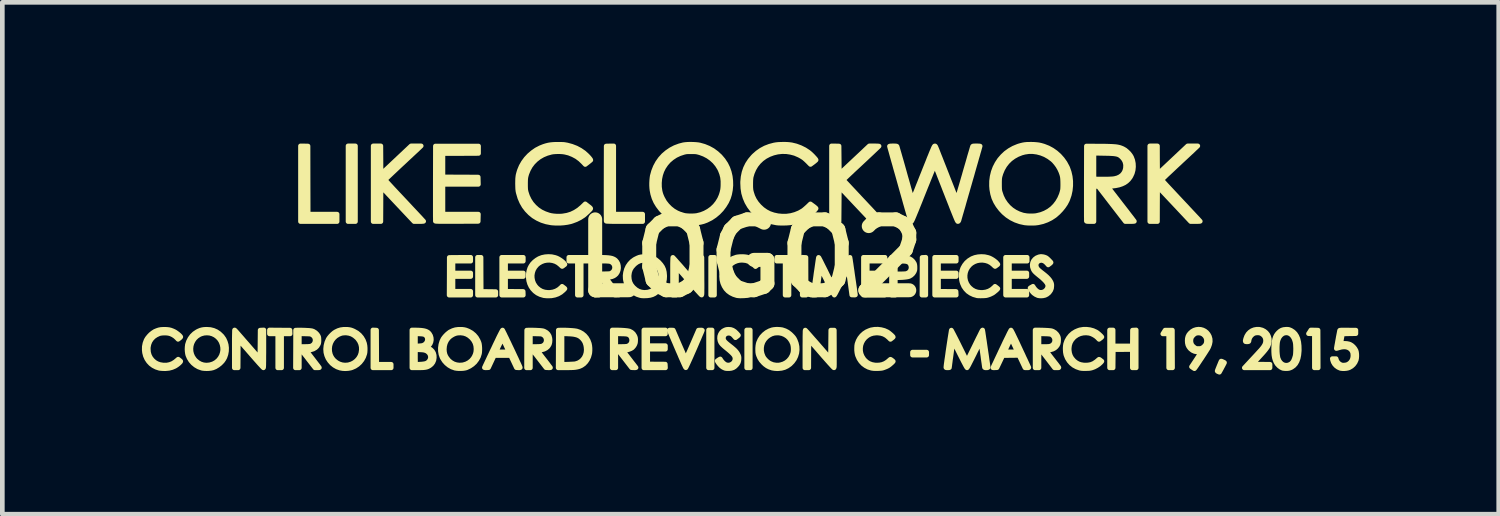
<source format=kicad_pcb>
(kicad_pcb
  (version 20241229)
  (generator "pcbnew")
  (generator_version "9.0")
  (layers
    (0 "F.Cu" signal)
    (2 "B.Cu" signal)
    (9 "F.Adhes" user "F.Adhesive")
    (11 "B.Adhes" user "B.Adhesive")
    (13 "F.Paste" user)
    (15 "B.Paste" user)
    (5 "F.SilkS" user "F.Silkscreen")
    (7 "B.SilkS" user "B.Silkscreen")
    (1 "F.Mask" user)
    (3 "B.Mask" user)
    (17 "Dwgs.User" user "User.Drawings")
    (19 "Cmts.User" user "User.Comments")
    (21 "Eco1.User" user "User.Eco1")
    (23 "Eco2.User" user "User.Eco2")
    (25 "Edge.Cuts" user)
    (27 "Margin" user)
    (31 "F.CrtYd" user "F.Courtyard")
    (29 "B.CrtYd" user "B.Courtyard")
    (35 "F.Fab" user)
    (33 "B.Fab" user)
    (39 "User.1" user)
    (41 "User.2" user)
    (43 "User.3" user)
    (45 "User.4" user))
  (footprint "LOGO2"
    (layer "F.Cu")
    (at 13.078 2.498)
    (property "Reference" "LOGO2" (at 0 0 0) (layer "F.SilkS") (effects (font (size 1.524 1.524) (thickness 0.3))))
    (attr through_hole)
    (fp_poly (pts (xy -8.49 -0.787) (xy -8.569 -0.787) (xy -8.649 -0.787) (xy -8.649 -1.6) (xy -8.649 -2.413) (xy -8.569 -2.413) (xy -8.49 -2.413) (xy -8.49 -1.6) (xy -8.49 -0.787)) (stroke (width 0.1) (type solid)) (fill yes) (layer "F.SilkS"))
    (fp_poly (pts (xy -0.826 2.356) (xy -0.864 2.356) (xy -0.902 2.356) (xy -0.902 1.949) (xy -0.902 1.543) (xy -0.864 1.543) (xy -0.826 1.543) (xy -0.826 1.949) (xy -0.826 2.356)) (stroke (width 0.1) (type solid)) (fill yes) (layer "F.SilkS"))
    (fp_poly (pts (xy -0.775 0.794) (xy -0.816 0.794) (xy -0.857 0.794) (xy -0.857 0.387) (xy -0.857 -0.019) (xy -0.816 -0.019) (xy -0.775 -0.019) (xy -0.775 0.387) (xy -0.775 0.794)) (stroke (width 0.1) (type solid)) (fill yes) (layer "F.SilkS"))
    (fp_poly (pts (xy -0.006 2.356) (xy -0.044 2.356) (xy -0.083 2.356) (xy -0.083 1.949) (xy -0.083 1.543) (xy -0.044 1.543) (xy -0.006 1.543) (xy -0.006 1.949) (xy -0.006 2.356)) (stroke (width 0.1) (type solid)) (fill yes) (layer "F.SilkS"))
    (fp_poly (pts (xy 1.194 0.794) (xy 1.153 0.794) (xy 1.111 0.794) (xy 1.111 0.387) (xy 1.111 -0.02) (xy 1.151 -0.018) (xy 1.191 -0.016) (xy 1.192 0.389) (xy 1.194 0.794)) (stroke (width 0.1) (type solid)) (fill yes) (layer "F.SilkS"))
    (fp_poly (pts (xy 3.766 0.794) (xy 3.724 0.794) (xy 3.683 0.794) (xy 3.685 0.389) (xy 3.686 -0.016) (xy 3.726 -0.018) (xy 3.766 -0.02) (xy 3.766 0.387) (xy 3.766 0.794)) (stroke (width 0.1) (type solid)) (fill yes) (layer "F.SilkS"))
    (fp_poly (pts (xy 3.785 2.083) (xy 3.632 2.083) (xy 3.48 2.083) (xy 3.48 2.051) (xy 3.48 2.019) (xy 3.632 2.019) (xy 3.785 2.019) (xy 3.785 2.051) (xy 3.785 2.083)) (stroke (width 0.1) (type solid)) (fill yes) (layer "F.SilkS"))
    (fp_poly (pts (xy -8.884 -0.787) (xy -9.277 -0.787) (xy -9.671 -0.787) (xy -9.671 -1.6) (xy -9.671 -2.413) (xy -9.59 -2.412) (xy -9.509 -2.41) (xy -9.508 -1.678) (xy -9.506 -0.946) (xy -9.195 -0.946) (xy -8.884 -0.946) (xy -8.884 -0.867) (xy -8.884 -0.787)) (stroke (width 0.1) (type solid)) (fill yes) (layer "F.SilkS"))
    (fp_poly (pts (xy -7.722 2.356) (xy -7.918 2.356) (xy -8.115 2.356) (xy -8.115 1.949) (xy -8.115 1.542) (xy -8.076 1.544) (xy -8.036 1.546) (xy -8.034 1.913) (xy -8.033 2.28) (xy -7.877 2.28) (xy -7.722 2.28) (xy -7.722 2.318) (xy -7.722 2.356)) (stroke (width 0.1) (type solid)) (fill yes) (layer "F.SilkS"))
    (fp_poly (pts (xy -5.474 0.794) (xy -5.671 0.794) (xy -5.867 0.794) (xy -5.867 0.387) (xy -5.867 -0.019) (xy -5.829 -0.019) (xy -5.791 -0.019) (xy -5.79 0.348) (xy -5.788 0.714) (xy -5.631 0.716) (xy -5.474 0.718) (xy -5.474 0.756) (xy -5.474 0.794)) (stroke (width 0.1) (type solid)) (fill yes) (layer "F.SilkS"))
    (fp_poly (pts (xy 9.068 2.356) (xy 9.027 2.356) (xy 8.985 2.356) (xy 8.985 1.991) (xy 8.985 1.626) (xy 8.922 1.626) (xy 8.858 1.626) (xy 8.883 1.586) (xy 8.908 1.546) (xy 8.987 1.546) (xy 9.065 1.546) (xy 9.066 1.951) (xy 9.068 2.356)) (stroke (width 0.1) (type solid)) (fill yes) (layer "F.SilkS"))
    (fp_poly (pts (xy 12.198 2.356) (xy 12.157 2.356) (xy 12.116 2.356) (xy 12.116 1.991) (xy 12.116 1.626) (xy 12.053 1.624) (xy 11.989 1.622) (xy 12.015 1.583) (xy 12.04 1.543) (xy 12.118 1.544) (xy 12.195 1.546) (xy 12.197 1.951) (xy 12.198 2.356)) (stroke (width 0.1) (type solid)) (fill yes) (layer "F.SilkS"))
    (fp_poly (pts (xy -9.893 1.626) (xy -9.985 1.626) (xy -10.077 1.626) (xy -10.077 1.991) (xy -10.077 2.356) (xy -10.119 2.356) (xy -10.16 2.356) (xy -10.16 1.991) (xy -10.16 1.626) (xy -10.249 1.626) (xy -10.338 1.626) (xy -10.338 1.584) (xy -10.338 1.543) (xy -10.117 1.545) (xy -9.896 1.546) (xy -9.895 1.586) (xy -9.893 1.626)) (stroke (width 0.1) (type solid)) (fill yes) (layer "F.SilkS"))
    (fp_poly (pts (xy -3.461 0.064) (xy -3.55 0.064) (xy -3.639 0.064) (xy -3.639 0.429) (xy -3.639 0.794) (xy -3.68 0.794) (xy -3.721 0.794) (xy -3.721 0.429) (xy -3.721 0.064) (xy -3.813 0.064) (xy -3.905 0.064) (xy -3.905 0.022) (xy -3.905 -0.019) (xy -3.683 -0.019) (xy -3.461 -0.019) (xy -3.461 0.022) (xy -3.461 0.064)) (stroke (width 0.1) (type solid)) (fill yes) (layer "F.SilkS"))
    (fp_poly (pts (xy 1.006 0.06) (xy 0.916 0.062) (xy 0.826 0.064) (xy 0.826 0.429) (xy 0.826 0.794) (xy 0.784 0.794) (xy 0.743 0.794) (xy 0.743 0.429) (xy 0.743 0.064) (xy 0.654 0.064) (xy 0.565 0.064) (xy 0.565 0.022) (xy 0.565 -0.019) (xy 0.786 -0.018) (xy 1.006 -0.016) (xy 1.006 0.022) (xy 1.006 0.06)) (stroke (width 0.1) (type solid)) (fill yes) (layer "F.SilkS"))
    (fp_poly (pts (xy -6.013 0.794) (xy -6.245 0.794) (xy -6.477 0.794) (xy -6.475 0.389) (xy -6.474 -0.016) (xy -6.244 -0.018) (xy -6.013 -0.019) (xy -6.013 0.022) (xy -6.013 0.064) (xy -6.204 0.064) (xy -6.394 0.064) (xy -6.394 0.191) (xy -6.394 0.318) (xy -6.204 0.318) (xy -6.013 0.318) (xy -6.013 0.356) (xy -6.013 0.394) (xy -6.204 0.394) (xy -6.394 0.394) (xy -6.394 0.552) (xy -6.394 0.711) (xy -6.204 0.711) (xy -6.013 0.711) (xy -6.013 0.752) (xy -6.013 0.794)) (stroke (width 0.1) (type solid)) (fill yes) (layer "F.SilkS"))
    (fp_poly (pts (xy -4.883 0.794) (xy -5.115 0.794) (xy -5.347 0.794) (xy -5.347 0.387) (xy -5.347 -0.019) (xy -5.115 -0.019) (xy -4.883 -0.019) (xy -4.883 0.022) (xy -4.883 0.064) (xy -5.074 0.064) (xy -5.264 0.064) (xy -5.264 0.191) (xy -5.264 0.318) (xy -5.074 0.318) (xy -4.883 0.318) (xy -4.883 0.356) (xy -4.883 0.394) (xy -5.074 0.394) (xy -5.264 0.394) (xy -5.264 0.552) (xy -5.264 0.711) (xy -5.075 0.713) (xy -4.886 0.714) (xy -4.884 0.754) (xy -4.883 0.794)) (stroke (width 0.1) (type solid)) (fill yes) (layer "F.SilkS"))
    (fp_poly (pts (xy -1.828 2.356) (xy -2.06 2.356) (xy -2.292 2.356) (xy -2.292 1.949) (xy -2.292 1.543) (xy -2.061 1.543) (xy -1.829 1.543) (xy -1.829 1.584) (xy -1.829 1.626) (xy -2.019 1.626) (xy -2.21 1.626) (xy -2.21 1.753) (xy -2.21 1.88) (xy -2.019 1.88) (xy -1.829 1.88) (xy -1.829 1.918) (xy -1.829 1.956) (xy -2.019 1.956) (xy -2.21 1.956) (xy -2.21 2.114) (xy -2.21 2.273) (xy -2.021 2.275) (xy -1.832 2.276) (xy -1.83 2.316) (xy -1.828 2.356)) (stroke (width 0.1) (type solid)) (fill yes) (layer "F.SilkS"))
    (fp_poly (pts (xy 2.889 0.064) (xy 2.699 0.064) (xy 2.508 0.064) (xy 2.508 0.191) (xy 2.508 0.318) (xy 2.696 0.318) (xy 2.883 0.318) (xy 2.883 0.356) (xy 2.883 0.394) (xy 2.696 0.394) (xy 2.508 0.394) (xy 2.508 0.552) (xy 2.508 0.711) (xy 2.696 0.711) (xy 2.883 0.711) (xy 2.883 0.752) (xy 2.883 0.794) (xy 2.654 0.794) (xy 2.426 0.794) (xy 2.426 0.387) (xy 2.426 -0.019) (xy 2.657 -0.019) (xy 2.889 -0.019) (xy 2.889 0.022) (xy 2.889 0.064)) (stroke (width 0.1) (type solid)) (fill yes) (layer "F.SilkS"))
    (fp_poly (pts (xy 4.42 0.794) (xy 4.188 0.794) (xy 3.956 0.794) (xy 3.956 0.387) (xy 3.956 -0.019) (xy 4.188 -0.019) (xy 4.42 -0.019) (xy 4.42 0.022) (xy 4.42 0.064) (xy 4.229 0.064) (xy 4.039 0.064) (xy 4.039 0.191) (xy 4.039 0.318) (xy 4.229 0.318) (xy 4.42 0.318) (xy 4.42 0.356) (xy 4.42 0.394) (xy 4.229 0.394) (xy 4.039 0.394) (xy 4.039 0.552) (xy 4.039 0.711) (xy 4.228 0.713) (xy 4.416 0.714) (xy 4.418 0.754) (xy 4.42 0.794)) (stroke (width 0.1) (type solid)) (fill yes) (layer "F.SilkS"))
    (fp_poly (pts (xy 5.944 0.064) (xy 5.753 0.064) (xy 5.563 0.064) (xy 5.563 0.191) (xy 5.563 0.318) (xy 5.75 0.318) (xy 5.937 0.318) (xy 5.937 0.356) (xy 5.937 0.394) (xy 5.75 0.394) (xy 5.563 0.394) (xy 5.563 0.552) (xy 5.563 0.711) (xy 5.75 0.711) (xy 5.937 0.711) (xy 5.937 0.752) (xy 5.937 0.794) (xy 5.709 0.794) (xy 5.48 0.794) (xy 5.48 0.387) (xy 5.48 -0.019) (xy 5.712 -0.019) (xy 5.944 -0.019) (xy 5.944 0.022) (xy 5.944 0.064)) (stroke (width 0.1) (type solid)) (fill yes) (layer "F.SilkS"))
    (fp_poly (pts (xy 8.287 2.356) (xy 8.245 2.356) (xy 8.204 2.356) (xy 8.204 2.159) (xy 8.204 1.962) (xy 7.999 1.964) (xy 7.795 1.965) (xy 7.793 2.161) (xy 7.791 2.356) (xy 7.753 2.356) (xy 7.715 2.356) (xy 7.715 1.949) (xy 7.715 1.543) (xy 7.753 1.543) (xy 7.791 1.543) (xy 7.791 1.714) (xy 7.791 1.886) (xy 7.998 1.886) (xy 8.204 1.886) (xy 8.206 1.716) (xy 8.207 1.546) (xy 8.247 1.544) (xy 8.287 1.542) (xy 8.287 1.949) (xy 8.287 2.356)) (stroke (width 0.1) (type solid)) (fill yes) (layer "F.SilkS"))
    (fp_poly (pts (xy 10.185 2.244) (xy 10.183 2.25) (xy 10.175 2.265) (xy 10.164 2.287) (xy 10.15 2.314) (xy 10.134 2.343) (xy 10.119 2.372) (xy 10.104 2.399) (xy 10.091 2.423) (xy 10.081 2.44) (xy 10.076 2.45) (xy 10.075 2.451) (xy 10.069 2.448) (xy 10.056 2.443) (xy 10.05 2.441) (xy 10.035 2.433) (xy 10.027 2.425) (xy 10.027 2.423) (xy 10.029 2.415) (xy 10.035 2.399) (xy 10.044 2.375) (xy 10.056 2.346) (xy 10.068 2.315) (xy 10.081 2.285) (xy 10.092 2.257) (xy 10.102 2.233) (xy 10.109 2.217) (xy 10.113 2.211) (xy 10.119 2.212) (xy 10.133 2.217) (xy 10.15 2.225) (xy 10.167 2.233) (xy 10.18 2.24) (xy 10.185 2.244)) (stroke (width 0.1) (type solid)) (fill yes) (layer "F.SilkS"))
    (fp_poly (pts (xy -2.318 -0.787) (xy -2.708 -0.787) (xy -2.792 -0.787) (xy -2.864 -0.788) (xy -2.924 -0.788) (xy -2.975 -0.788) (xy -3.015 -0.789) (xy -3.047 -0.79) (xy -3.071 -0.791) (xy -3.087 -0.792) (xy -3.097 -0.793) (xy -3.102 -0.795) (xy -3.102 -0.795) (xy -3.103 -0.803) (xy -3.103 -0.822) (xy -3.103 -0.852) (xy -3.103 -0.893) (xy -3.104 -0.943) (xy -3.104 -1.002) (xy -3.104 -1.07) (xy -3.104 -1.144) (xy -3.104 -1.226) (xy -3.104 -1.313) (xy -3.104 -1.405) (xy -3.104 -1.501) (xy -3.104 -1.601) (xy -3.104 -1.607) (xy -3.102 -2.41) (xy -3.021 -2.412) (xy -2.94 -2.413) (xy -2.94 -1.68) (xy -2.94 -0.946) (xy -2.629 -0.946) (xy -2.318 -0.946) (xy -2.318 -0.867) (xy -2.318 -0.787)) (stroke (width 0.1) (type solid)) (fill yes) (layer "F.SilkS"))
    (fp_poly (pts (xy -5.845 -2.251) (xy -6.228 -2.249) (xy -6.61 -2.248) (xy -6.61 -1.997) (xy -6.61 -1.746) (xy -6.231 -1.745) (xy -5.852 -1.743) (xy -5.85 -1.665) (xy -5.848 -1.587) (xy -6.229 -1.587) (xy -6.61 -1.587) (xy -6.61 -1.267) (xy -6.61 -0.946) (xy -6.229 -0.946) (xy -5.848 -0.946) (xy -5.85 -0.868) (xy -5.852 -0.791) (xy -6.31 -0.789) (xy -6.401 -0.789) (xy -6.48 -0.789) (xy -6.548 -0.789) (xy -6.605 -0.789) (xy -6.652 -0.789) (xy -6.69 -0.789) (xy -6.72 -0.79) (xy -6.743 -0.791) (xy -6.758 -0.792) (xy -6.768 -0.793) (xy -6.772 -0.795) (xy -6.773 -0.795) (xy -6.773 -0.803) (xy -6.773 -0.822) (xy -6.773 -0.852) (xy -6.774 -0.893) (xy -6.774 -0.943) (xy -6.774 -1.002) (xy -6.774 -1.07) (xy -6.774 -1.144) (xy -6.774 -1.226) (xy -6.774 -1.313) (xy -6.774 -1.405) (xy -6.774 -1.501) (xy -6.774 -1.601) (xy -6.774 -1.607) (xy -6.772 -2.41) (xy -6.309 -2.41) (xy -5.845 -2.41) (xy -5.845 -2.33) (xy -5.845 -2.251)) (stroke (width 0.1) (type solid)) (fill yes) (layer "F.SilkS"))
    (fp_poly (pts (xy -1.042 0.6) (xy -1.042 0.649) (xy -1.043 0.689) (xy -1.043 0.721) (xy -1.043 0.746) (xy -1.044 0.764) (xy -1.045 0.777) (xy -1.047 0.786) (xy -1.048 0.791) (xy -1.05 0.793) (xy -1.052 0.793) (xy -1.052 0.793) (xy -1.059 0.789) (xy -1.073 0.775) (xy -1.094 0.753) (xy -1.121 0.723) (xy -1.155 0.686) (xy -1.193 0.642) (xy -1.237 0.593) (xy -1.285 0.539) (xy -1.327 0.49) (xy -1.591 0.187) (xy -1.592 0.49) (xy -1.594 0.794) (xy -1.635 0.794) (xy -1.676 0.794) (xy -1.676 0.387) (xy -1.676 0.302) (xy -1.676 0.229) (xy -1.676 0.167) (xy -1.676 0.116) (xy -1.675 0.074) (xy -1.674 0.041) (xy -1.673 0.016) (xy -1.672 -0.001) (xy -1.671 -0.012) (xy -1.67 -0.017) (xy -1.668 -0.018) (xy -1.663 -0.012) (xy -1.65 0.001) (xy -1.63 0.023) (xy -1.604 0.052) (xy -1.573 0.088) (xy -1.536 0.129) (xy -1.496 0.174) (xy -1.453 0.224) (xy -1.407 0.277) (xy -1.394 0.292) (xy -1.127 0.599) (xy -1.125 0.29) (xy -1.124 -0.02) (xy -1.084 -0.018) (xy -1.045 -0.016) (xy -1.043 0.389) (xy -1.043 0.471) (xy -1.042 0.541) (xy -1.042 0.6)) (stroke (width 0.1) (type solid)) (fill yes) (layer "F.SilkS"))
    (fp_poly (pts (xy 1.802 2.162) (xy 1.802 2.211) (xy 1.802 2.251) (xy 1.802 2.283) (xy 1.801 2.308) (xy 1.801 2.326) (xy 1.799 2.339) (xy 1.798 2.348) (xy 1.797 2.353) (xy 1.795 2.355) (xy 1.792 2.355) (xy 1.792 2.355) (xy 1.786 2.351) (xy 1.772 2.337) (xy 1.751 2.315) (xy 1.724 2.285) (xy 1.69 2.248) (xy 1.651 2.204) (xy 1.608 2.155) (xy 1.56 2.101) (xy 1.518 2.052) (xy 1.254 1.749) (xy 1.252 2.052) (xy 1.251 2.356) (xy 1.21 2.356) (xy 1.168 2.356) (xy 1.168 1.949) (xy 1.168 1.864) (xy 1.169 1.791) (xy 1.169 1.729) (xy 1.169 1.678) (xy 1.17 1.636) (xy 1.171 1.603) (xy 1.171 1.579) (xy 1.172 1.561) (xy 1.174 1.55) (xy 1.175 1.545) (xy 1.176 1.545) (xy 1.182 1.55) (xy 1.195 1.564) (xy 1.215 1.585) (xy 1.241 1.615) (xy 1.272 1.65) (xy 1.308 1.691) (xy 1.348 1.737) (xy 1.392 1.786) (xy 1.438 1.839) (xy 1.451 1.854) (xy 1.718 2.161) (xy 1.721 1.854) (xy 1.724 1.546) (xy 1.762 1.546) (xy 1.8 1.546) (xy 1.802 1.951) (xy 1.802 2.033) (xy 1.802 2.103) (xy 1.802 2.162)) (stroke (width 0.1) (type solid)) (fill yes) (layer "F.SilkS"))
    (fp_poly (pts (xy -10.458 1.949) (xy -10.458 2.032) (xy -10.459 2.103) (xy -10.459 2.163) (xy -10.459 2.213) (xy -10.46 2.254) (xy -10.46 2.287) (xy -10.461 2.312) (xy -10.462 2.33) (xy -10.463 2.343) (xy -10.464 2.351) (xy -10.466 2.355) (xy -10.468 2.356) (xy -10.473 2.351) (xy -10.487 2.338) (xy -10.507 2.316) (xy -10.533 2.288) (xy -10.565 2.253) (xy -10.601 2.212) (xy -10.641 2.167) (xy -10.685 2.117) (xy -10.73 2.065) (xy -10.742 2.051) (xy -11.008 1.747) (xy -11.009 2.051) (xy -11.011 2.356) (xy -11.052 2.356) (xy -11.093 2.356) (xy -11.093 1.949) (xy -11.093 1.868) (xy -11.093 1.794) (xy -11.093 1.729) (xy -11.092 1.672) (xy -11.091 1.625) (xy -11.09 1.587) (xy -11.09 1.561) (xy -11.088 1.546) (xy -11.088 1.543) (xy -11.086 1.543) (xy -11.084 1.543) (xy -11.082 1.545) (xy -11.078 1.548) (xy -11.073 1.553) (xy -11.065 1.562) (xy -11.053 1.574) (xy -11.038 1.591) (xy -11.019 1.613) (xy -10.995 1.641) (xy -10.965 1.675) (xy -10.929 1.716) (xy -10.886 1.766) (xy -10.836 1.823) (xy -10.804 1.86) (xy -10.544 2.159) (xy -10.541 1.853) (xy -10.538 1.546) (xy -10.498 1.544) (xy -10.458 1.542) (xy -10.458 1.949)) (stroke (width 0.1) (type solid)) (fill yes) (layer "F.SilkS"))
    (fp_poly (pts (xy 3.533 0.2) (xy 3.533 0.23) (xy 3.531 0.251) (xy 3.526 0.269) (xy 3.518 0.288) (xy 3.516 0.294) (xy 3.49 0.333) (xy 3.454 0.367) (xy 3.449 0.37) (xy 3.449 0.217) (xy 3.449 0.179) (xy 3.437 0.14) (xy 3.436 0.137) (xy 3.423 0.115) (xy 3.407 0.097) (xy 3.386 0.084) (xy 3.36 0.074) (xy 3.325 0.068) (xy 3.282 0.065) (xy 3.228 0.064) (xy 3.218 0.064) (xy 3.111 0.064) (xy 3.111 0.2) (xy 3.111 0.337) (xy 3.218 0.337) (xy 3.268 0.336) (xy 3.306 0.334) (xy 3.335 0.332) (xy 3.355 0.328) (xy 3.357 0.327) (xy 3.392 0.311) (xy 3.42 0.285) (xy 3.439 0.254) (xy 3.449 0.217) (xy 3.449 0.37) (xy 3.413 0.391) (xy 3.405 0.394) (xy 3.38 0.401) (xy 3.346 0.407) (xy 3.303 0.412) (xy 3.255 0.416) (xy 3.204 0.418) (xy 3.161 0.419) (xy 3.111 0.419) (xy 3.111 0.606) (xy 3.111 0.794) (xy 3.07 0.794) (xy 3.029 0.794) (xy 3.029 0.387) (xy 3.029 -0.019) (xy 3.129 -0.019) (xy 3.202 -0.018) (xy 3.264 -0.016) (xy 3.315 -0.012) (xy 3.356 -0.007) (xy 3.39 0.001) (xy 3.416 0.01) (xy 3.416 0.01) (xy 3.457 0.035) (xy 3.492 0.069) (xy 3.518 0.109) (xy 3.52 0.113) (xy 3.527 0.133) (xy 3.531 0.156) (xy 3.533 0.185) (xy 3.533 0.2)) (stroke (width 0.1) (type solid)) (fill yes) (layer "F.SilkS"))
    (fp_poly (pts (xy -7.024 -0.793) (xy -7.029 -0.791) (xy -7.045 -0.79) (xy -7.07 -0.788) (xy -7.101 -0.788) (xy -7.127 -0.787) (xy -7.231 -0.787) (xy -7.586 -1.164) (xy -7.941 -1.541) (xy -7.942 -1.164) (xy -7.944 -0.787) (xy -8.026 -0.787) (xy -8.109 -0.787) (xy -8.109 -1.6) (xy -8.109 -2.413) (xy -8.026 -2.413) (xy -7.944 -2.413) (xy -7.942 -2.109) (xy -7.941 -1.805) (xy -7.618 -2.109) (xy -7.295 -2.413) (xy -7.186 -2.413) (xy -7.077 -2.413) (xy -7.103 -2.388) (xy -7.111 -2.38) (xy -7.128 -2.364) (xy -7.153 -2.34) (xy -7.185 -2.31) (xy -7.223 -2.275) (xy -7.267 -2.234) (xy -7.315 -2.189) (xy -7.367 -2.141) (xy -7.422 -2.089) (xy -7.48 -2.035) (xy -7.49 -2.026) (xy -7.547 -1.973) (xy -7.601 -1.922) (xy -7.652 -1.874) (xy -7.699 -1.83) (xy -7.741 -1.79) (xy -7.777 -1.756) (xy -7.807 -1.727) (xy -7.83 -1.705) (xy -7.845 -1.69) (xy -7.851 -1.683) (xy -7.852 -1.683) (xy -7.848 -1.677) (xy -7.835 -1.663) (xy -7.815 -1.642) (xy -7.788 -1.612) (xy -7.755 -1.576) (xy -7.717 -1.535) (xy -7.673 -1.487) (xy -7.624 -1.435) (xy -7.572 -1.379) (xy -7.516 -1.32) (xy -7.458 -1.258) (xy -7.439 -1.238) (xy -7.38 -1.175) (xy -7.323 -1.114) (xy -7.27 -1.057) (xy -7.22 -1.004) (xy -7.174 -0.955) (xy -7.133 -0.911) (xy -7.098 -0.874) (xy -7.069 -0.842) (xy -7.047 -0.818) (xy -7.032 -0.802) (xy -7.025 -0.794) (xy -7.024 -0.793)) (stroke (width 0.1) (type solid)) (fill yes) (layer "F.SilkS"))
    (fp_poly (pts (xy 9.664 -0.793) (xy 9.658 -0.791) (xy 9.642 -0.789) (xy 9.617 -0.788) (xy 9.585 -0.788) (xy 9.561 -0.787) (xy 9.457 -0.787) (xy 9.102 -1.165) (xy 8.747 -1.542) (xy 8.745 -1.165) (xy 8.744 -0.787) (xy 8.661 -0.787) (xy 8.579 -0.787) (xy 8.579 -1.6) (xy 8.579 -2.413) (xy 8.661 -2.413) (xy 8.744 -2.413) (xy 8.745 -2.109) (xy 8.747 -1.805) (xy 9.07 -2.109) (xy 9.393 -2.413) (xy 9.502 -2.413) (xy 9.611 -2.413) (xy 9.582 -2.385) (xy 9.573 -2.376) (xy 9.555 -2.36) (xy 9.53 -2.336) (xy 9.498 -2.305) (xy 9.459 -2.269) (xy 9.415 -2.228) (xy 9.367 -2.183) (xy 9.314 -2.134) (xy 9.259 -2.083) (xy 9.202 -2.029) (xy 9.195 -2.023) (xy 9.138 -1.97) (xy 9.084 -1.919) (xy 9.033 -1.871) (xy 8.987 -1.828) (xy 8.945 -1.789) (xy 8.909 -1.754) (xy 8.88 -1.726) (xy 8.857 -1.704) (xy 8.843 -1.69) (xy 8.836 -1.683) (xy 8.836 -1.683) (xy 8.84 -1.677) (xy 8.853 -1.664) (xy 8.873 -1.642) (xy 8.899 -1.613) (xy 8.932 -1.577) (xy 8.971 -1.535) (xy 9.015 -1.488) (xy 9.064 -1.436) (xy 9.116 -1.38) (xy 9.172 -1.32) (xy 9.23 -1.258) (xy 9.249 -1.238) (xy 9.308 -1.175) (xy 9.365 -1.115) (xy 9.418 -1.057) (xy 9.468 -1.004) (xy 9.514 -0.955) (xy 9.554 -0.912) (xy 9.59 -0.874) (xy 9.619 -0.843) (xy 9.641 -0.818) (xy 9.656 -0.802) (xy 9.663 -0.794) (xy 9.664 -0.793)) (stroke (width 0.1) (type solid)) (fill yes) (layer "F.SilkS"))
    (fp_poly (pts (xy -1.035 1.551) (xy -1.038 1.558) (xy -1.045 1.576) (xy -1.056 1.603) (xy -1.072 1.639) (xy -1.091 1.683) (xy -1.112 1.734) (xy -1.137 1.79) (xy -1.163 1.852) (xy -1.191 1.917) (xy -1.208 1.956) (xy -1.246 2.042) (xy -1.279 2.118) (xy -1.309 2.184) (xy -1.334 2.239) (xy -1.355 2.284) (xy -1.371 2.318) (xy -1.383 2.341) (xy -1.389 2.353) (xy -1.391 2.354) (xy -1.394 2.352) (xy -1.4 2.343) (xy -1.408 2.328) (xy -1.419 2.305) (xy -1.433 2.275) (xy -1.451 2.235) (xy -1.472 2.187) (xy -1.498 2.129) (xy -1.527 2.06) (xy -1.562 1.981) (xy -1.57 1.961) (xy -1.599 1.894) (xy -1.626 1.83) (xy -1.652 1.77) (xy -1.675 1.716) (xy -1.696 1.667) (xy -1.713 1.626) (xy -1.727 1.594) (xy -1.737 1.57) (xy -1.743 1.557) (xy -1.744 1.554) (xy -1.745 1.548) (xy -1.741 1.545) (xy -1.729 1.544) (xy -1.708 1.544) (xy -1.704 1.544) (xy -1.661 1.546) (xy -1.528 1.856) (xy -1.502 1.915) (xy -1.478 1.97) (xy -1.456 2.02) (xy -1.437 2.065) (xy -1.42 2.103) (xy -1.407 2.133) (xy -1.397 2.153) (xy -1.392 2.164) (xy -1.391 2.165) (xy -1.388 2.159) (xy -1.38 2.143) (xy -1.368 2.117) (xy -1.353 2.083) (xy -1.335 2.042) (xy -1.313 1.994) (xy -1.29 1.941) (xy -1.265 1.883) (xy -1.253 1.856) (xy -1.119 1.546) (xy -1.077 1.544) (xy -1.053 1.544) (xy -1.04 1.546) (xy -1.035 1.55) (xy -1.035 1.551)) (stroke (width 0.1) (type solid)) (fill yes) (layer "F.SilkS"))
    (fp_poly (pts (xy -3.45 1.986) (xy -3.454 2.036) (xy -3.457 2.051) (xy -3.475 2.116) (xy -3.502 2.175) (xy -3.53 2.217) (xy -3.53 1.97) (xy -3.535 1.905) (xy -3.543 1.864) (xy -3.559 1.814) (xy -3.581 1.772) (xy -3.612 1.733) (xy -3.621 1.723) (xy -3.649 1.697) (xy -3.679 1.676) (xy -3.714 1.659) (xy -3.754 1.647) (xy -3.802 1.637) (xy -3.859 1.631) (xy -3.926 1.628) (xy -3.932 1.627) (xy -4.051 1.624) (xy -4.051 1.953) (xy -4.051 2.281) (xy -3.923 2.278) (xy -3.881 2.276) (xy -3.841 2.274) (xy -3.806 2.272) (xy -3.778 2.27) (xy -3.76 2.267) (xy -3.759 2.267) (xy -3.703 2.249) (xy -3.653 2.22) (xy -3.611 2.183) (xy -3.577 2.139) (xy -3.552 2.088) (xy -3.536 2.031) (xy -3.53 1.97) (xy -3.53 2.217) (xy -3.538 2.228) (xy -3.58 2.272) (xy -3.629 2.306) (xy -3.646 2.314) (xy -3.672 2.326) (xy -3.7 2.335) (xy -3.73 2.342) (xy -3.763 2.348) (xy -3.803 2.352) (xy -3.85 2.354) (xy -3.906 2.355) (xy -3.97 2.356) (xy -4.134 2.356) (xy -4.132 1.951) (xy -4.131 1.546) (xy -4.058 1.544) (xy -4.017 1.544) (xy -3.97 1.545) (xy -3.921 1.547) (xy -3.873 1.55) (xy -3.826 1.553) (xy -3.785 1.557) (xy -3.753 1.562) (xy -3.735 1.565) (xy -3.672 1.587) (xy -3.615 1.619) (xy -3.564 1.661) (xy -3.522 1.711) (xy -3.488 1.77) (xy -3.464 1.835) (xy -3.464 1.835) (xy -3.455 1.881) (xy -3.45 1.933) (xy -3.45 1.986)) (stroke (width 0.1) (type solid)) (fill yes) (layer "F.SilkS"))
    (fp_poly (pts (xy 11.163 2.356) (xy 10.887 2.356) (xy 10.61 2.356) (xy 10.764 2.19) (xy 10.815 2.135) (xy 10.858 2.089) (xy 10.894 2.05) (xy 10.923 2.018) (xy 10.948 1.991) (xy 10.968 1.969) (xy 10.984 1.95) (xy 10.997 1.934) (xy 11.009 1.919) (xy 11.018 1.907) (xy 11.046 1.862) (xy 11.063 1.817) (xy 11.068 1.772) (xy 11.063 1.729) (xy 11.048 1.69) (xy 11.022 1.656) (xy 10.987 1.628) (xy 10.962 1.615) (xy 10.933 1.607) (xy 10.897 1.604) (xy 10.861 1.607) (xy 10.829 1.614) (xy 10.82 1.617) (xy 10.787 1.638) (xy 10.756 1.668) (xy 10.733 1.702) (xy 10.725 1.719) (xy 10.718 1.74) (xy 10.713 1.758) (xy 10.712 1.765) (xy 10.711 1.782) (xy 10.704 1.792) (xy 10.69 1.796) (xy 10.667 1.797) (xy 10.648 1.796) (xy 10.635 1.793) (xy 10.63 1.785) (xy 10.63 1.77) (xy 10.636 1.746) (xy 10.639 1.732) (xy 10.66 1.676) (xy 10.689 1.628) (xy 10.727 1.588) (xy 10.772 1.557) (xy 10.822 1.537) (xy 10.876 1.527) (xy 10.933 1.528) (xy 10.942 1.53) (xy 10.996 1.544) (xy 11.043 1.569) (xy 11.082 1.601) (xy 11.113 1.64) (xy 11.134 1.685) (xy 11.147 1.734) (xy 11.148 1.786) (xy 11.139 1.839) (xy 11.119 1.892) (xy 11.115 1.899) (xy 11.102 1.92) (xy 11.084 1.945) (xy 11.061 1.975) (xy 11.032 2.01) (xy 10.995 2.052) (xy 10.951 2.1) (xy 10.903 2.153) (xy 10.789 2.276) (xy 10.976 2.278) (xy 11.163 2.28) (xy 11.163 2.318) (xy 11.163 2.356)) (stroke (width 0.1) (type solid)) (fill yes) (layer "F.SilkS"))
    (fp_poly (pts (xy 2.826 -0.79) (xy 2.82 -0.789) (xy 2.803 -0.788) (xy 2.778 -0.788) (xy 2.746 -0.787) (xy 2.721 -0.787) (xy 2.617 -0.787) (xy 2.262 -1.163) (xy 1.908 -1.539) (xy 1.905 -1.165) (xy 1.902 -0.791) (xy 1.821 -0.789) (xy 1.74 -0.787) (xy 1.74 -1.6) (xy 1.74 -2.413) (xy 1.821 -2.412) (xy 1.902 -2.41) (xy 1.905 -2.108) (xy 1.908 -1.807) (xy 2.13 -2.016) (xy 2.179 -2.062) (xy 2.229 -2.109) (xy 2.278 -2.155) (xy 2.325 -2.199) (xy 2.368 -2.239) (xy 2.406 -2.275) (xy 2.437 -2.304) (xy 2.452 -2.319) (xy 2.552 -2.413) (xy 2.657 -2.413) (xy 2.692 -2.413) (xy 2.722 -2.412) (xy 2.745 -2.411) (xy 2.759 -2.409) (xy 2.762 -2.408) (xy 2.758 -2.403) (xy 2.744 -2.39) (xy 2.723 -2.37) (xy 2.695 -2.343) (xy 2.66 -2.31) (xy 2.619 -2.271) (xy 2.573 -2.228) (xy 2.523 -2.181) (xy 2.469 -2.13) (xy 2.411 -2.076) (xy 2.378 -2.045) (xy 2.319 -1.99) (xy 2.263 -1.938) (xy 2.21 -1.889) (xy 2.162 -1.843) (xy 2.118 -1.802) (xy 2.08 -1.766) (xy 2.048 -1.735) (xy 2.022 -1.711) (xy 2.005 -1.694) (xy 1.995 -1.685) (xy 1.994 -1.683) (xy 1.998 -1.678) (xy 2.011 -1.664) (xy 2.03 -1.642) (xy 2.057 -1.613) (xy 2.09 -1.578) (xy 2.129 -1.536) (xy 2.173 -1.489) (xy 2.222 -1.437) (xy 2.274 -1.381) (xy 2.33 -1.321) (xy 2.388 -1.259) (xy 2.41 -1.236) (xy 2.469 -1.173) (xy 2.526 -1.112) (xy 2.58 -1.055) (xy 2.63 -1.001) (xy 2.675 -0.953) (xy 2.716 -0.909) (xy 2.751 -0.871) (xy 2.78 -0.84) (xy 2.803 -0.816) (xy 2.818 -0.799) (xy 2.825 -0.791) (xy 2.826 -0.79)) (stroke (width 0.1) (type solid)) (fill yes) (layer "F.SilkS"))
    (fp_poly (pts (xy -3.988 0.654) (xy -3.992 0.66) (xy -4.003 0.672) (xy -4.019 0.688) (xy -4.021 0.69) (xy -4.076 0.736) (xy -4.137 0.771) (xy -4.204 0.795) (xy -4.277 0.809) (xy -4.349 0.812) (xy -4.381 0.811) (xy -4.414 0.808) (xy -4.442 0.805) (xy -4.449 0.803) (xy -4.519 0.782) (xy -4.582 0.751) (xy -4.637 0.71) (xy -4.686 0.658) (xy -4.72 0.609) (xy -4.748 0.55) (xy -4.767 0.485) (xy -4.776 0.416) (xy -4.776 0.347) (xy -4.765 0.279) (xy -4.745 0.215) (xy -4.722 0.17) (xy -4.689 0.122) (xy -4.645 0.077) (xy -4.595 0.038) (xy -4.543 0.007) (xy -4.481 -0.017) (xy -4.414 -0.031) (xy -4.343 -0.036) (xy -4.272 -0.032) (xy -4.203 -0.017) (xy -4.17 -0.006) (xy -4.135 0.01) (xy -4.098 0.032) (xy -4.061 0.057) (xy -4.03 0.083) (xy -4.013 0.1) (xy -4 0.116) (xy -3.991 0.128) (xy -3.988 0.133) (xy -3.993 0.139) (xy -4.005 0.148) (xy -4.02 0.159) (xy -4.034 0.17) (xy -4.045 0.177) (xy -4.048 0.178) (xy -4.054 0.174) (xy -4.066 0.163) (xy -4.083 0.147) (xy -4.086 0.144) (xy -4.136 0.103) (xy -4.191 0.073) (xy -4.251 0.054) (xy -4.312 0.045) (xy -4.375 0.046) (xy -4.436 0.057) (xy -4.495 0.079) (xy -4.55 0.111) (xy -4.592 0.146) (xy -4.633 0.195) (xy -4.664 0.249) (xy -4.683 0.307) (xy -4.693 0.367) (xy -4.691 0.428) (xy -4.679 0.488) (xy -4.657 0.546) (xy -4.623 0.599) (xy -4.592 0.635) (xy -4.541 0.677) (xy -4.486 0.708) (xy -4.425 0.727) (xy -4.358 0.735) (xy -4.312 0.735) (xy -4.244 0.725) (xy -4.181 0.704) (xy -4.124 0.672) (xy -4.074 0.63) (xy -4.05 0.604) (xy -4.019 0.627) (xy -4.002 0.64) (xy -3.991 0.65) (xy -3.988 0.654)) (stroke (width 0.1) (type solid)) (fill yes) (layer "F.SilkS"))
    (fp_poly (pts (xy -11.259 1.928) (xy -11.261 1.997) (xy -11.273 2.064) (xy -11.295 2.129) (xy -11.317 2.17) (xy -11.342 2.206) (xy -11.342 1.975) (xy -11.344 1.914) (xy -11.356 1.854) (xy -11.378 1.796) (xy -11.41 1.743) (xy -11.453 1.696) (xy -11.504 1.657) (xy -11.561 1.629) (xy -11.621 1.612) (xy -11.684 1.607) (xy -11.746 1.612) (xy -11.807 1.629) (xy -11.845 1.646) (xy -11.898 1.681) (xy -11.943 1.724) (xy -11.978 1.774) (xy -12.004 1.828) (xy -12.02 1.885) (xy -12.026 1.944) (xy -12.023 2.004) (xy -12.009 2.062) (xy -11.985 2.118) (xy -11.95 2.17) (xy -11.925 2.198) (xy -11.873 2.241) (xy -11.817 2.272) (xy -11.757 2.291) (xy -11.693 2.298) (xy -11.627 2.292) (xy -11.612 2.289) (xy -11.55 2.27) (xy -11.493 2.239) (xy -11.442 2.197) (xy -11.442 2.197) (xy -11.402 2.148) (xy -11.371 2.093) (xy -11.352 2.035) (xy -11.342 1.975) (xy -11.342 2.206) (xy -11.351 2.218) (xy -11.395 2.263) (xy -11.446 2.303) (xy -11.5 2.336) (xy -11.551 2.357) (xy -11.589 2.366) (xy -11.636 2.372) (xy -11.686 2.374) (xy -11.735 2.372) (xy -11.778 2.367) (xy -11.797 2.362) (xy -11.864 2.338) (xy -11.926 2.302) (xy -11.981 2.257) (xy -12.029 2.203) (xy -12.067 2.141) (xy -12.091 2.085) (xy -12.1 2.049) (xy -12.106 2.005) (xy -12.109 1.958) (xy -12.107 1.911) (xy -12.102 1.869) (xy -12.101 1.859) (xy -12.079 1.79) (xy -12.046 1.726) (xy -12.004 1.669) (xy -11.953 1.62) (xy -11.894 1.58) (xy -11.865 1.565) (xy -11.822 1.547) (xy -11.781 1.536) (xy -11.739 1.53) (xy -11.689 1.528) (xy -11.684 1.528) (xy -11.609 1.533) (xy -11.54 1.55) (xy -11.476 1.578) (xy -11.417 1.618) (xy -11.363 1.669) (xy -11.351 1.683) (xy -11.313 1.737) (xy -11.286 1.797) (xy -11.267 1.861) (xy -11.259 1.928)) (stroke (width 0.1) (type solid)) (fill yes) (layer "F.SilkS"))
    (fp_poly (pts (xy 0.164 0.132) (xy 0.158 0.139) (xy 0.145 0.151) (xy 0.134 0.16) (xy 0.106 0.181) (xy 0.067 0.143) (xy 0.017 0.102) (xy -0.04 0.072) (xy -0.103 0.052) (xy -0.171 0.045) (xy -0.184 0.044) (xy -0.242 0.048) (xy -0.294 0.06) (xy -0.346 0.081) (xy -0.358 0.087) (xy -0.411 0.122) (xy -0.455 0.164) (xy -0.49 0.213) (xy -0.516 0.266) (xy -0.532 0.323) (xy -0.539 0.382) (xy -0.535 0.442) (xy -0.522 0.5) (xy -0.498 0.556) (xy -0.463 0.607) (xy -0.439 0.635) (xy -0.389 0.675) (xy -0.334 0.706) (xy -0.274 0.726) (xy -0.212 0.736) (xy -0.149 0.736) (xy -0.087 0.725) (xy -0.028 0.704) (xy 0.028 0.672) (xy 0.066 0.641) (xy 0.105 0.604) (xy 0.134 0.626) (xy 0.149 0.639) (xy 0.16 0.65) (xy 0.164 0.654) (xy 0.16 0.661) (xy 0.149 0.674) (xy 0.131 0.69) (xy 0.11 0.709) (xy 0.087 0.727) (xy 0.065 0.744) (xy 0.046 0.756) (xy 0.043 0.758) (xy 0.002 0.778) (xy -0.037 0.793) (xy -0.079 0.803) (xy -0.127 0.808) (xy -0.171 0.81) (xy -0.225 0.811) (xy -0.267 0.808) (xy -0.295 0.804) (xy -0.366 0.781) (xy -0.43 0.749) (xy -0.486 0.708) (xy -0.533 0.658) (xy -0.57 0.6) (xy -0.598 0.536) (xy -0.616 0.466) (xy -0.622 0.39) (xy -0.622 0.385) (xy -0.619 0.326) (xy -0.61 0.274) (xy -0.593 0.224) (xy -0.576 0.187) (xy -0.54 0.131) (xy -0.494 0.081) (xy -0.44 0.038) (xy -0.379 0.003) (xy -0.312 -0.021) (xy -0.305 -0.024) (xy -0.27 -0.03) (xy -0.226 -0.034) (xy -0.18 -0.035) (xy -0.133 -0.033) (xy -0.092 -0.028) (xy -0.07 -0.024) (xy -0.005 -0.001) (xy 0.056 0.031) (xy 0.109 0.071) (xy 0.122 0.082) (xy 0.141 0.101) (xy 0.155 0.117) (xy 0.163 0.129) (xy 0.164 0.132)) (stroke (width 0.1) (type solid)) (fill yes) (layer "F.SilkS"))
    (fp_poly (pts (xy -2.826 0.791) (xy -2.875 0.792) (xy -2.901 0.793) (xy -2.917 0.792) (xy -2.926 0.789) (xy -2.932 0.783) (xy -2.938 0.775) (xy -2.95 0.759) (xy -2.969 0.735) (xy -2.992 0.705) (xy -3.019 0.669) (xy -3.049 0.63) (xy -3.075 0.597) (xy -3.111 0.55) (xy -3.14 0.513) (xy -3.164 0.484) (xy -3.182 0.461) (xy -3.196 0.445) (xy -3.207 0.434) (xy -3.215 0.427) (xy -3.222 0.423) (xy -3.228 0.421) (xy -3.234 0.42) (xy -3.258 0.418) (xy -3.258 0.606) (xy -3.258 0.794) (xy -3.299 0.794) (xy -3.34 0.794) (xy -3.34 0.387) (xy -3.34 -0.019) (xy -3.24 -0.019) (xy -3.168 -0.018) (xy -3.107 -0.016) (xy -3.056 -0.012) (xy -3.013 -0.006) (xy -2.978 0.002) (xy -2.949 0.013) (xy -2.924 0.026) (xy -2.902 0.042) (xy -2.901 0.043) (xy -2.871 0.078) (xy -2.85 0.118) (xy -2.839 0.163) (xy -2.836 0.21) (xy -2.843 0.256) (xy -2.859 0.299) (xy -2.884 0.338) (xy -2.91 0.362) (xy -2.921 0.37) (xy -2.921 0.197) (xy -2.927 0.158) (xy -2.944 0.124) (xy -2.97 0.096) (xy -3.003 0.077) (xy -3.024 0.07) (xy -3.041 0.068) (xy -3.068 0.066) (xy -3.101 0.064) (xy -3.138 0.064) (xy -3.156 0.064) (xy -3.258 0.064) (xy -3.258 0.201) (xy -3.258 0.338) (xy -3.138 0.335) (xy -3.096 0.334) (xy -3.064 0.333) (xy -3.04 0.332) (xy -3.023 0.33) (xy -3.01 0.327) (xy -3 0.323) (xy -2.994 0.32) (xy -2.96 0.295) (xy -2.936 0.264) (xy -2.923 0.226) (xy -2.921 0.197) (xy -2.921 0.37) (xy -2.942 0.383) (xy -2.978 0.398) (xy -3.022 0.408) (xy -3.054 0.412) (xy -3.078 0.415) (xy -3.097 0.418) (xy -3.107 0.42) (xy -3.108 0.42) (xy -3.105 0.425) (xy -3.095 0.44) (xy -3.079 0.462) (xy -3.057 0.49) (xy -3.031 0.525) (xy -3.001 0.563) (xy -2.969 0.605) (xy -2.968 0.606) (xy -2.826 0.791)) (stroke (width 0.1) (type solid)) (fill yes) (layer "F.SilkS"))
    (fp_poly (pts (xy -2.46 2.351) (xy -2.464 2.353) (xy -2.478 2.355) (xy -2.499 2.355) (xy -2.507 2.355) (xy -2.558 2.353) (xy -2.7 2.169) (xy -2.843 1.984) (xy -2.869 1.982) (xy -2.896 1.98) (xy -2.896 2.168) (xy -2.896 2.356) (xy -2.934 2.356) (xy -2.972 2.356) (xy -2.972 1.949) (xy -2.972 1.543) (xy -2.888 1.543) (xy -2.817 1.544) (xy -2.753 1.547) (xy -2.698 1.551) (xy -2.652 1.556) (xy -2.618 1.562) (xy -2.598 1.567) (xy -2.553 1.591) (xy -2.517 1.623) (xy -2.49 1.665) (xy -2.489 1.666) (xy -2.478 1.691) (xy -2.472 1.713) (xy -2.469 1.738) (xy -2.469 1.754) (xy -2.47 1.781) (xy -2.472 1.807) (xy -2.476 1.826) (xy -2.49 1.861) (xy -2.512 1.895) (xy -2.539 1.924) (xy -2.547 1.93) (xy -2.554 1.934) (xy -2.554 1.78) (xy -2.555 1.743) (xy -2.564 1.707) (xy -2.582 1.676) (xy -2.592 1.666) (xy -2.606 1.654) (xy -2.621 1.645) (xy -2.639 1.638) (xy -2.662 1.633) (xy -2.691 1.63) (xy -2.73 1.628) (xy -2.777 1.627) (xy -2.896 1.624) (xy -2.896 1.762) (xy -2.896 1.9) (xy -2.773 1.898) (xy -2.73 1.897) (xy -2.698 1.896) (xy -2.674 1.894) (xy -2.657 1.892) (xy -2.644 1.889) (xy -2.633 1.886) (xy -2.626 1.882) (xy -2.594 1.86) (xy -2.571 1.832) (xy -2.563 1.815) (xy -2.554 1.78) (xy -2.554 1.934) (xy -2.575 1.946) (xy -2.61 1.96) (xy -2.647 1.971) (xy -2.68 1.976) (xy -2.682 1.976) (xy -2.704 1.977) (xy -2.723 1.98) (xy -2.726 1.98) (xy -2.73 1.982) (xy -2.733 1.984) (xy -2.733 1.988) (xy -2.73 1.995) (xy -2.723 2.006) (xy -2.712 2.022) (xy -2.696 2.044) (xy -2.674 2.073) (xy -2.646 2.109) (xy -2.611 2.155) (xy -2.603 2.165) (xy -2.571 2.207) (xy -2.541 2.246) (xy -2.514 2.28) (xy -2.492 2.309) (xy -2.475 2.331) (xy -2.464 2.346) (xy -2.46 2.351)) (stroke (width 0.1) (type solid)) (fill yes) (layer "F.SilkS"))
    (fp_poly (pts (xy -12.243 1.692) (xy -12.248 1.7) (xy -12.26 1.712) (xy -12.272 1.722) (xy -12.302 1.744) (xy -12.327 1.717) (xy -12.365 1.682) (xy -12.411 1.651) (xy -12.46 1.628) (xy -12.47 1.625) (xy -12.506 1.615) (xy -12.55 1.61) (xy -12.597 1.609) (xy -12.643 1.611) (xy -12.684 1.617) (xy -12.709 1.624) (xy -12.773 1.654) (xy -12.827 1.691) (xy -12.871 1.737) (xy -12.905 1.789) (xy -12.928 1.848) (xy -12.941 1.913) (xy -12.942 1.953) (xy -12.937 2.021) (xy -12.92 2.083) (xy -12.892 2.139) (xy -12.853 2.189) (xy -12.852 2.19) (xy -12.804 2.233) (xy -12.751 2.264) (xy -12.692 2.285) (xy -12.626 2.296) (xy -12.608 2.297) (xy -12.541 2.296) (xy -12.48 2.284) (xy -12.423 2.262) (xy -12.368 2.228) (xy -12.341 2.206) (xy -12.299 2.17) (xy -12.273 2.189) (xy -12.257 2.202) (xy -12.246 2.212) (xy -12.244 2.216) (xy -12.247 2.225) (xy -12.259 2.239) (xy -12.277 2.257) (xy -12.299 2.276) (xy -12.324 2.295) (xy -12.35 2.312) (xy -12.37 2.324) (xy -12.431 2.35) (xy -12.497 2.367) (xy -12.568 2.374) (xy -12.595 2.374) (xy -12.629 2.373) (xy -12.662 2.371) (xy -12.69 2.368) (xy -12.703 2.366) (xy -12.772 2.344) (xy -12.835 2.312) (xy -12.89 2.271) (xy -12.937 2.221) (xy -12.975 2.164) (xy -13.004 2.099) (xy -13.022 2.029) (xy -13.028 1.975) (xy -13.027 1.9) (xy -13.013 1.828) (xy -12.988 1.761) (xy -12.987 1.759) (xy -12.963 1.719) (xy -12.93 1.678) (xy -12.892 1.638) (xy -12.85 1.604) (xy -12.809 1.577) (xy -12.802 1.573) (xy -12.757 1.554) (xy -12.715 1.54) (xy -12.673 1.532) (xy -12.624 1.529) (xy -12.595 1.528) (xy -12.543 1.53) (xy -12.498 1.535) (xy -12.457 1.545) (xy -12.415 1.561) (xy -12.384 1.575) (xy -12.359 1.589) (xy -12.333 1.607) (xy -12.306 1.627) (xy -12.282 1.647) (xy -12.262 1.666) (xy -12.248 1.682) (xy -12.243 1.692) (xy -12.243 1.692)) (stroke (width 0.1) (type solid)) (fill yes) (layer "F.SilkS"))
    (fp_poly (pts (xy -8.281 1.978) (xy -8.284 2.023) (xy -8.29 2.054) (xy -8.313 2.121) (xy -8.347 2.183) (xy -8.363 2.203) (xy -8.363 1.97) (xy -8.365 1.905) (xy -8.379 1.843) (xy -8.405 1.785) (xy -8.442 1.732) (xy -8.461 1.711) (xy -8.513 1.667) (xy -8.567 1.635) (xy -8.625 1.616) (xy -8.687 1.607) (xy -8.706 1.607) (xy -8.748 1.609) (xy -8.784 1.614) (xy -8.819 1.626) (xy -8.858 1.643) (xy -8.911 1.676) (xy -8.956 1.718) (xy -8.993 1.767) (xy -9.021 1.822) (xy -9.039 1.881) (xy -9.046 1.943) (xy -9.043 2.005) (xy -9.029 2.067) (xy -9.01 2.112) (xy -8.986 2.152) (xy -8.954 2.19) (xy -8.944 2.2) (xy -8.893 2.241) (xy -8.837 2.271) (xy -8.777 2.29) (xy -8.713 2.297) (xy -8.647 2.292) (xy -8.633 2.289) (xy -8.572 2.27) (xy -8.516 2.24) (xy -8.467 2.201) (xy -8.426 2.154) (xy -8.394 2.1) (xy -8.373 2.04) (xy -8.373 2.037) (xy -8.363 1.97) (xy -8.363 2.203) (xy -8.391 2.239) (xy -8.442 2.286) (xy -8.501 2.325) (xy -8.565 2.353) (xy -8.595 2.362) (xy -8.647 2.371) (xy -8.705 2.375) (xy -8.762 2.372) (xy -8.814 2.363) (xy -8.819 2.362) (xy -8.884 2.339) (xy -8.944 2.305) (xy -8.998 2.262) (xy -9.044 2.21) (xy -9.082 2.153) (xy -9.109 2.09) (xy -9.126 2.025) (xy -9.131 1.953) (xy -9.124 1.881) (xy -9.106 1.81) (xy -9.078 1.744) (xy -9.076 1.74) (xy -9.053 1.706) (xy -9.022 1.669) (xy -8.987 1.634) (xy -8.951 1.603) (xy -8.916 1.58) (xy -8.915 1.58) (xy -8.861 1.554) (xy -8.806 1.537) (xy -8.747 1.529) (xy -8.709 1.528) (xy -8.66 1.529) (xy -8.619 1.534) (xy -8.581 1.543) (xy -8.542 1.558) (xy -8.519 1.569) (xy -8.455 1.605) (xy -8.4 1.651) (xy -8.355 1.704) (xy -8.319 1.765) (xy -8.294 1.833) (xy -8.293 1.84) (xy -8.285 1.881) (xy -8.281 1.929) (xy -8.281 1.978)) (stroke (width 0.1) (type solid)) (fill yes) (layer "F.SilkS"))
    (fp_poly (pts (xy -1.845 0.387) (xy -1.849 0.456) (xy -1.861 0.516) (xy -1.881 0.57) (xy -1.912 0.621) (xy -1.928 0.641) (xy -1.928 0.403) (xy -1.929 0.357) (xy -1.934 0.314) (xy -1.942 0.283) (xy -1.963 0.231) (xy -1.99 0.186) (xy -2.026 0.146) (xy -2.029 0.143) (xy -2.079 0.101) (xy -2.136 0.071) (xy -2.198 0.052) (xy -2.264 0.045) (xy -2.27 0.045) (xy -2.331 0.049) (xy -2.386 0.063) (xy -2.437 0.088) (xy -2.485 0.124) (xy -2.508 0.146) (xy -2.551 0.195) (xy -2.581 0.246) (xy -2.6 0.302) (xy -2.609 0.364) (xy -2.61 0.391) (xy -2.605 0.455) (xy -2.59 0.514) (xy -2.564 0.567) (xy -2.526 0.617) (xy -2.511 0.632) (xy -2.46 0.676) (xy -2.405 0.708) (xy -2.346 0.727) (xy -2.283 0.735) (xy -2.217 0.73) (xy -2.2 0.727) (xy -2.137 0.708) (xy -2.079 0.677) (xy -2.03 0.638) (xy -1.989 0.589) (xy -1.957 0.532) (xy -1.939 0.486) (xy -1.932 0.448) (xy -1.928 0.403) (xy -1.928 0.641) (xy -1.954 0.671) (xy -1.968 0.686) (xy -2.015 0.729) (xy -2.06 0.762) (xy -2.107 0.785) (xy -2.158 0.8) (xy -2.216 0.808) (xy -2.254 0.81) (xy -2.292 0.811) (xy -2.321 0.81) (xy -2.345 0.808) (xy -2.369 0.803) (xy -2.38 0.8) (xy -2.437 0.781) (xy -2.488 0.754) (xy -2.536 0.719) (xy -2.572 0.686) (xy -2.615 0.637) (xy -2.648 0.589) (xy -2.671 0.537) (xy -2.686 0.48) (xy -2.692 0.445) (xy -2.695 0.374) (xy -2.686 0.305) (xy -2.667 0.238) (xy -2.638 0.175) (xy -2.599 0.119) (xy -2.552 0.069) (xy -2.498 0.029) (xy -2.473 0.015) (xy -2.43 -0.006) (xy -2.392 -0.021) (xy -2.355 -0.029) (xy -2.314 -0.033) (xy -2.273 -0.034) (xy -2.203 -0.03) (xy -2.14 -0.018) (xy -2.084 0.003) (xy -2.031 0.034) (xy -1.98 0.077) (xy -1.968 0.088) (xy -1.923 0.139) (xy -1.889 0.189) (xy -1.866 0.242) (xy -1.852 0.3) (xy -1.846 0.366) (xy -1.845 0.387)) (stroke (width 0.1) (type solid)) (fill yes) (layer "F.SilkS"))
    (fp_poly (pts (xy 1.002 1.969) (xy 0.994 2.038) (xy 0.974 2.105) (xy 0.944 2.168) (xy 0.917 2.205) (xy 0.917 1.952) (xy 0.914 1.9) (xy 0.905 1.853) (xy 0.901 1.838) (xy 0.873 1.778) (xy 0.836 1.725) (xy 0.791 1.681) (xy 0.739 1.647) (xy 0.681 1.622) (xy 0.618 1.609) (xy 0.578 1.607) (xy 0.512 1.612) (xy 0.451 1.63) (xy 0.395 1.66) (xy 0.341 1.701) (xy 0.34 1.703) (xy 0.299 1.75) (xy 0.267 1.803) (xy 0.246 1.862) (xy 0.236 1.923) (xy 0.236 1.987) (xy 0.248 2.05) (xy 0.271 2.111) (xy 0.272 2.113) (xy 0.291 2.146) (xy 0.319 2.18) (xy 0.352 2.213) (xy 0.387 2.241) (xy 0.419 2.26) (xy 0.48 2.285) (xy 0.544 2.296) (xy 0.61 2.296) (xy 0.649 2.289) (xy 0.71 2.27) (xy 0.766 2.24) (xy 0.815 2.2) (xy 0.856 2.152) (xy 0.888 2.095) (xy 0.906 2.048) (xy 0.915 2.003) (xy 0.917 1.952) (xy 0.917 2.205) (xy 0.903 2.225) (xy 0.852 2.277) (xy 0.847 2.281) (xy 0.79 2.321) (xy 0.73 2.35) (xy 0.665 2.367) (xy 0.595 2.374) (xy 0.575 2.375) (xy 0.518 2.371) (xy 0.469 2.363) (xy 0.465 2.362) (xy 0.408 2.343) (xy 0.357 2.317) (xy 0.309 2.282) (xy 0.273 2.248) (xy 0.228 2.197) (xy 0.195 2.145) (xy 0.171 2.089) (xy 0.161 2.058) (xy 0.155 2.022) (xy 0.153 1.978) (xy 0.153 1.931) (xy 0.157 1.884) (xy 0.164 1.843) (xy 0.171 1.816) (xy 0.2 1.75) (xy 0.239 1.69) (xy 0.288 1.638) (xy 0.343 1.594) (xy 0.406 1.56) (xy 0.464 1.539) (xy 0.501 1.532) (xy 0.545 1.528) (xy 0.593 1.528) (xy 0.639 1.531) (xy 0.679 1.537) (xy 0.686 1.539) (xy 0.745 1.559) (xy 0.799 1.587) (xy 0.85 1.626) (xy 0.877 1.651) (xy 0.904 1.679) (xy 0.924 1.702) (xy 0.94 1.725) (xy 0.954 1.752) (xy 0.958 1.759) (xy 0.984 1.828) (xy 0.999 1.898) (xy 1.002 1.969)) (stroke (width 0.1) (type solid)) (fill yes) (layer "F.SilkS"))
    (fp_poly (pts (xy 9.878 1.791) (xy 9.867 1.848) (xy 9.845 1.908) (xy 9.836 1.926) (xy 9.828 1.941) (xy 9.814 1.963) (xy 9.798 1.988) (xy 9.798 1.784) (xy 9.795 1.739) (xy 9.779 1.697) (xy 9.757 1.666) (xy 9.723 1.635) (xy 9.682 1.615) (xy 9.637 1.607) (xy 9.591 1.61) (xy 9.573 1.614) (xy 9.548 1.627) (xy 9.521 1.647) (xy 9.497 1.673) (xy 9.478 1.7) (xy 9.468 1.723) (xy 9.462 1.765) (xy 9.464 1.807) (xy 9.476 1.846) (xy 9.487 1.866) (xy 9.505 1.888) (xy 9.529 1.909) (xy 9.553 1.927) (xy 9.575 1.937) (xy 9.579 1.939) (xy 9.604 1.942) (xy 9.635 1.942) (xy 9.665 1.94) (xy 9.686 1.935) (xy 9.709 1.924) (xy 9.735 1.905) (xy 9.759 1.881) (xy 9.779 1.855) (xy 9.79 1.832) (xy 9.79 1.831) (xy 9.798 1.784) (xy 9.798 1.988) (xy 9.796 1.992) (xy 9.774 2.026) (xy 9.749 2.065) (xy 9.722 2.106) (xy 9.695 2.148) (xy 9.666 2.19) (xy 9.639 2.231) (xy 9.613 2.27) (xy 9.59 2.304) (xy 9.57 2.333) (xy 9.554 2.355) (xy 9.543 2.37) (xy 9.538 2.375) (xy 9.531 2.371) (xy 9.518 2.362) (xy 9.505 2.354) (xy 9.475 2.333) (xy 9.582 2.171) (xy 9.608 2.131) (xy 9.632 2.095) (xy 9.653 2.063) (xy 9.67 2.037) (xy 9.681 2.019) (xy 9.687 2.009) (xy 9.687 2.008) (xy 9.681 2.008) (xy 9.665 2.01) (xy 9.648 2.012) (xy 9.592 2.014) (xy 9.541 2.004) (xy 9.495 1.983) (xy 9.453 1.95) (xy 9.442 1.939) (xy 9.414 1.902) (xy 9.396 1.864) (xy 9.386 1.821) (xy 9.383 1.775) (xy 9.386 1.725) (xy 9.397 1.682) (xy 9.416 1.644) (xy 9.443 1.611) (xy 9.484 1.574) (xy 9.53 1.547) (xy 9.578 1.532) (xy 9.627 1.526) (xy 9.675 1.53) (xy 9.722 1.543) (xy 9.765 1.565) (xy 9.803 1.595) (xy 9.835 1.634) (xy 9.86 1.679) (xy 9.875 1.732) (xy 9.876 1.738) (xy 9.878 1.791)) (stroke (width 0.1) (type solid)) (fill yes) (layer "F.SilkS"))
    (fp_poly (pts (xy 11.791 1.974) (xy 11.79 1.997) (xy 11.782 2.08) (xy 11.767 2.153) (xy 11.744 2.216) (xy 11.714 2.269) (xy 11.713 2.27) (xy 11.713 1.941) (xy 11.711 1.894) (xy 11.709 1.85) (xy 11.704 1.814) (xy 11.7 1.794) (xy 11.681 1.735) (xy 11.655 1.687) (xy 11.624 1.65) (xy 11.588 1.623) (xy 11.548 1.608) (xy 11.513 1.604) (xy 11.468 1.61) (xy 11.429 1.628) (xy 11.394 1.657) (xy 11.364 1.695) (xy 11.341 1.744) (xy 11.331 1.776) (xy 11.324 1.811) (xy 11.32 1.855) (xy 11.317 1.906) (xy 11.317 1.959) (xy 11.318 2.013) (xy 11.322 2.064) (xy 11.328 2.11) (xy 11.335 2.147) (xy 11.339 2.157) (xy 11.36 2.205) (xy 11.388 2.243) (xy 11.421 2.273) (xy 11.459 2.292) (xy 11.5 2.301) (xy 11.543 2.299) (xy 11.585 2.284) (xy 11.589 2.283) (xy 11.62 2.263) (xy 11.645 2.236) (xy 11.667 2.202) (xy 11.685 2.157) (xy 11.702 2.102) (xy 11.707 2.073) (xy 11.71 2.034) (xy 11.712 1.989) (xy 11.713 1.941) (xy 11.713 2.27) (xy 11.676 2.311) (xy 11.631 2.343) (xy 11.614 2.352) (xy 11.589 2.362) (xy 11.566 2.369) (xy 11.54 2.372) (xy 11.519 2.373) (xy 11.478 2.372) (xy 11.445 2.368) (xy 11.436 2.366) (xy 11.395 2.347) (xy 11.356 2.318) (xy 11.322 2.283) (xy 11.311 2.269) (xy 11.287 2.228) (xy 11.269 2.184) (xy 11.255 2.135) (xy 11.246 2.08) (xy 11.242 2.016) (xy 11.241 1.943) (xy 11.242 1.918) (xy 11.245 1.848) (xy 11.252 1.789) (xy 11.262 1.739) (xy 11.276 1.696) (xy 11.294 1.659) (xy 11.318 1.625) (xy 11.344 1.596) (xy 11.379 1.566) (xy 11.415 1.545) (xy 11.454 1.533) (xy 11.5 1.528) (xy 11.513 1.528) (xy 11.542 1.528) (xy 11.563 1.53) (xy 11.581 1.536) (xy 11.603 1.545) (xy 11.616 1.551) (xy 11.664 1.582) (xy 11.705 1.623) (xy 11.738 1.674) (xy 11.763 1.734) (xy 11.78 1.804) (xy 11.789 1.884) (xy 11.791 1.974)) (stroke (width 0.1) (type solid)) (fill yes) (layer "F.SilkS"))
    (fp_poly (pts (xy 5.315 0.654) (xy 5.31 0.662) (xy 5.298 0.675) (xy 5.28 0.692) (xy 5.258 0.71) (xy 5.236 0.728) (xy 5.216 0.743) (xy 5.204 0.751) (xy 5.178 0.764) (xy 5.147 0.779) (xy 5.116 0.79) (xy 5.115 0.791) (xy 5.091 0.798) (xy 5.069 0.804) (xy 5.045 0.807) (xy 5.016 0.809) (xy 4.978 0.81) (xy 4.944 0.811) (xy 4.911 0.81) (xy 4.884 0.809) (xy 4.866 0.807) (xy 4.865 0.806) (xy 4.792 0.785) (xy 4.727 0.754) (xy 4.669 0.714) (xy 4.621 0.664) (xy 4.581 0.607) (xy 4.552 0.542) (xy 4.54 0.503) (xy 4.532 0.463) (xy 4.528 0.416) (xy 4.527 0.367) (xy 4.53 0.321) (xy 4.536 0.282) (xy 4.537 0.276) (xy 4.56 0.211) (xy 4.595 0.15) (xy 4.639 0.095) (xy 4.693 0.048) (xy 4.754 0.01) (xy 4.76 0.007) (xy 4.822 -0.017) (xy 4.889 -0.031) (xy 4.96 -0.036) (xy 5.031 -0.032) (xy 5.099 -0.017) (xy 5.133 -0.006) (xy 5.167 0.01) (xy 5.205 0.032) (xy 5.241 0.057) (xy 5.273 0.083) (xy 5.289 0.1) (xy 5.303 0.116) (xy 5.312 0.128) (xy 5.315 0.133) (xy 5.31 0.139) (xy 5.298 0.148) (xy 5.283 0.159) (xy 5.268 0.17) (xy 5.258 0.177) (xy 5.255 0.178) (xy 5.249 0.174) (xy 5.236 0.163) (xy 5.22 0.147) (xy 5.217 0.144) (xy 5.167 0.103) (xy 5.112 0.073) (xy 5.052 0.054) (xy 4.99 0.045) (xy 4.928 0.046) (xy 4.866 0.057) (xy 4.807 0.079) (xy 4.752 0.111) (xy 4.711 0.146) (xy 4.67 0.195) (xy 4.639 0.249) (xy 4.619 0.307) (xy 4.61 0.367) (xy 4.611 0.428) (xy 4.623 0.488) (xy 4.646 0.546) (xy 4.679 0.599) (xy 4.711 0.635) (xy 4.761 0.677) (xy 4.817 0.708) (xy 4.878 0.727) (xy 4.945 0.735) (xy 4.991 0.735) (xy 5.059 0.725) (xy 5.122 0.704) (xy 5.178 0.672) (xy 5.228 0.63) (xy 5.253 0.604) (xy 5.284 0.627) (xy 5.3 0.64) (xy 5.312 0.65) (xy 5.315 0.654)) (stroke (width 0.1) (type solid)) (fill yes) (layer "F.SilkS"))
    (fp_poly (pts (xy -6.796 2.137) (xy -6.804 2.19) (xy -6.824 2.238) (xy -6.854 2.278) (xy -6.879 2.299) (xy -6.879 2.108) (xy -6.889 2.071) (xy -6.91 2.037) (xy -6.941 2.008) (xy -6.944 2.005) (xy -6.973 1.99) (xy -7.008 1.978) (xy -7.051 1.972) (xy -7.103 1.969) (xy -7.123 1.968) (xy -7.201 1.968) (xy -7.201 2.12) (xy -7.201 2.162) (xy -7.2 2.201) (xy -7.2 2.233) (xy -7.199 2.257) (xy -7.197 2.272) (xy -7.197 2.275) (xy -7.188 2.278) (xy -7.168 2.279) (xy -7.141 2.279) (xy -7.109 2.278) (xy -7.074 2.276) (xy -7.044 2.273) (xy -7.002 2.267) (xy -6.97 2.258) (xy -6.943 2.244) (xy -6.92 2.224) (xy -6.913 2.217) (xy -6.891 2.183) (xy -6.879 2.146) (xy -6.879 2.108) (xy -6.879 2.299) (xy -6.894 2.311) (xy -6.913 2.322) (xy -6.935 2.333) (xy -6.957 2.341) (xy -6.981 2.347) (xy -7.008 2.351) (xy -7.042 2.354) (xy -7.085 2.355) (xy -7.137 2.356) (xy -7.147 2.356) (xy -7.277 2.356) (xy -7.277 1.949) (xy -7.277 1.543) (xy -7.202 1.543) (xy -7.132 1.545) (xy -7.073 1.549) (xy -7.023 1.556) (xy -6.983 1.566) (xy -6.95 1.58) (xy -6.923 1.598) (xy -6.902 1.621) (xy -6.899 1.625) (xy -6.875 1.666) (xy -6.862 1.711) (xy -6.859 1.756) (xy -6.867 1.8) (xy -6.884 1.84) (xy -6.911 1.876) (xy -6.935 1.896) (xy -6.943 1.902) (xy -6.943 1.736) (xy -6.95 1.702) (xy -6.967 1.674) (xy -6.982 1.657) (xy -7.001 1.645) (xy -7.025 1.636) (xy -7.057 1.631) (xy -7.098 1.628) (xy -7.117 1.627) (xy -7.201 1.624) (xy -7.201 1.756) (xy -7.201 1.888) (xy -7.133 1.884) (xy -7.102 1.882) (xy -7.074 1.879) (xy -7.052 1.876) (xy -7.043 1.874) (xy -7.007 1.857) (xy -6.979 1.833) (xy -6.958 1.804) (xy -6.946 1.771) (xy -6.943 1.736) (xy -6.943 1.902) (xy -6.96 1.913) (xy -6.916 1.935) (xy -6.87 1.963) (xy -6.835 1.998) (xy -6.811 2.039) (xy -6.798 2.087) (xy -6.796 2.137)) (stroke (width 0.1) (type solid)) (fill yes) (layer "F.SilkS"))
    (fp_poly (pts (xy -5.818 1.974) (xy -5.82 2.016) (xy -5.825 2.051) (xy -5.826 2.053) (xy -5.847 2.118) (xy -5.88 2.178) (xy -5.899 2.203) (xy -5.899 1.947) (xy -5.905 1.882) (xy -5.922 1.823) (xy -5.951 1.768) (xy -5.992 1.716) (xy -5.997 1.711) (xy -6.048 1.667) (xy -6.103 1.635) (xy -6.162 1.615) (xy -6.226 1.607) (xy -6.242 1.607) (xy -6.284 1.609) (xy -6.32 1.614) (xy -6.356 1.626) (xy -6.394 1.643) (xy -6.449 1.677) (xy -6.495 1.719) (xy -6.532 1.77) (xy -6.559 1.827) (xy -6.575 1.89) (xy -6.581 1.958) (xy -6.581 1.959) (xy -6.577 2.014) (xy -6.567 2.061) (xy -6.549 2.106) (xy -6.523 2.148) (xy -6.482 2.199) (xy -6.433 2.239) (xy -6.379 2.27) (xy -6.319 2.289) (xy -6.256 2.297) (xy -6.191 2.293) (xy -6.169 2.289) (xy -6.107 2.27) (xy -6.051 2.24) (xy -6.002 2.201) (xy -5.962 2.154) (xy -5.937 2.112) (xy -5.917 2.066) (xy -5.905 2.023) (xy -5.9 1.976) (xy -5.899 1.947) (xy -5.899 2.203) (xy -5.922 2.234) (xy -5.974 2.282) (xy -6.033 2.322) (xy -6.098 2.353) (xy -6.107 2.357) (xy -6.14 2.365) (xy -6.181 2.371) (xy -6.228 2.373) (xy -6.274 2.373) (xy -6.318 2.369) (xy -6.354 2.363) (xy -6.355 2.362) (xy -6.42 2.339) (xy -6.481 2.304) (xy -6.536 2.259) (xy -6.583 2.207) (xy -6.62 2.149) (xy -6.63 2.13) (xy -6.653 2.065) (xy -6.664 1.997) (xy -6.665 1.927) (xy -6.655 1.856) (xy -6.635 1.788) (xy -6.609 1.734) (xy -6.588 1.704) (xy -6.56 1.671) (xy -6.528 1.638) (xy -6.494 1.609) (xy -6.462 1.585) (xy -6.452 1.58) (xy -6.397 1.554) (xy -6.342 1.537) (xy -6.284 1.529) (xy -6.245 1.528) (xy -6.196 1.529) (xy -6.155 1.534) (xy -6.117 1.543) (xy -6.078 1.558) (xy -6.055 1.568) (xy -5.992 1.604) (xy -5.937 1.65) (xy -5.891 1.704) (xy -5.854 1.768) (xy -5.834 1.816) (xy -5.826 1.846) (xy -5.821 1.885) (xy -5.818 1.929) (xy -5.818 1.974)) (stroke (width 0.1) (type solid)) (fill yes) (layer "F.SilkS"))
    (fp_poly (pts (xy -4.948 2.351) (xy -4.953 2.354) (xy -4.964 2.355) (xy -4.986 2.355) (xy -4.989 2.355) (xy -5.032 2.353) (xy -5.093 2.223) (xy -5.155 2.092) (xy -5.194 2.092) (xy -5.194 2.01) (xy -5.197 2.004) (xy -5.204 1.988) (xy -5.215 1.964) (xy -5.228 1.935) (xy -5.244 1.902) (xy -5.26 1.867) (xy -5.277 1.832) (xy -5.293 1.799) (xy -5.306 1.769) (xy -5.318 1.746) (xy -5.326 1.73) (xy -5.329 1.724) (xy -5.332 1.729) (xy -5.34 1.743) (xy -5.351 1.765) (xy -5.365 1.793) (xy -5.381 1.826) (xy -5.398 1.86) (xy -5.415 1.895) (xy -5.43 1.928) (xy -5.444 1.958) (xy -5.456 1.982) (xy -5.464 2) (xy -5.466 2.005) (xy -5.464 2.008) (xy -5.456 2.01) (xy -5.44 2.011) (xy -5.416 2.012) (xy -5.381 2.013) (xy -5.335 2.013) (xy -5.332 2.013) (xy -5.291 2.013) (xy -5.256 2.013) (xy -5.227 2.012) (xy -5.206 2.011) (xy -5.195 2.011) (xy -5.194 2.01) (xy -5.194 2.092) (xy -5.331 2.092) (xy -5.508 2.092) (xy -5.569 2.223) (xy -5.63 2.353) (xy -5.677 2.355) (xy -5.699 2.355) (xy -5.715 2.353) (xy -5.72 2.351) (xy -5.72 2.351) (xy -5.717 2.344) (xy -5.709 2.327) (xy -5.697 2.3) (xy -5.68 2.265) (xy -5.66 2.222) (xy -5.636 2.172) (xy -5.61 2.116) (xy -5.581 2.055) (xy -5.551 1.991) (xy -5.528 1.944) (xy -5.488 1.858) (xy -5.452 1.784) (xy -5.422 1.72) (xy -5.396 1.667) (xy -5.374 1.624) (xy -5.357 1.591) (xy -5.344 1.567) (xy -5.335 1.551) (xy -5.33 1.545) (xy -5.329 1.544) (xy -5.325 1.55) (xy -5.317 1.566) (xy -5.304 1.592) (xy -5.287 1.625) (xy -5.268 1.666) (xy -5.245 1.712) (xy -5.221 1.763) (xy -5.194 1.818) (xy -5.167 1.876) (xy -5.139 1.934) (xy -5.111 1.993) (xy -5.084 2.051) (xy -5.058 2.107) (xy -5.033 2.159) (xy -5.011 2.208) (xy -4.991 2.251) (xy -4.974 2.287) (xy -4.961 2.316) (xy -4.953 2.336) (xy -4.949 2.345) (xy -4.948 2.351)) (stroke (width 0.1) (type solid)) (fill yes) (layer "F.SilkS"))
    (fp_poly (pts (xy 5.98 2.348) (xy 5.979 2.352) (xy 5.969 2.355) (xy 5.95 2.356) (xy 5.94 2.356) (xy 5.896 2.355) (xy 5.833 2.222) (xy 5.77 2.089) (xy 5.732 2.089) (xy 5.732 2.008) (xy 5.729 2.001) (xy 5.721 1.985) (xy 5.71 1.96) (xy 5.695 1.928) (xy 5.678 1.891) (xy 5.664 1.862) (xy 5.646 1.823) (xy 5.629 1.789) (xy 5.615 1.76) (xy 5.605 1.739) (xy 5.598 1.726) (xy 5.596 1.723) (xy 5.592 1.73) (xy 5.584 1.746) (xy 5.573 1.77) (xy 5.559 1.799) (xy 5.543 1.832) (xy 5.526 1.866) (xy 5.51 1.901) (xy 5.495 1.933) (xy 5.482 1.961) (xy 5.472 1.983) (xy 5.466 1.997) (xy 5.464 2) (xy 5.463 2.004) (xy 5.464 2.007) (xy 5.469 2.01) (xy 5.479 2.011) (xy 5.496 2.012) (xy 5.521 2.013) (xy 5.555 2.013) (xy 5.597 2.013) (xy 5.638 2.013) (xy 5.673 2.012) (xy 5.701 2.011) (xy 5.722 2.01) (xy 5.732 2.009) (xy 5.732 2.008) (xy 5.732 2.089) (xy 5.595 2.091) (xy 5.42 2.092) (xy 5.358 2.223) (xy 5.296 2.353) (xy 5.251 2.355) (xy 5.229 2.355) (xy 5.214 2.355) (xy 5.207 2.354) (xy 5.207 2.353) (xy 5.21 2.347) (xy 5.217 2.331) (xy 5.229 2.304) (xy 5.246 2.269) (xy 5.266 2.227) (xy 5.289 2.177) (xy 5.315 2.122) (xy 5.344 2.061) (xy 5.374 1.996) (xy 5.397 1.948) (xy 5.432 1.875) (xy 5.464 1.806) (xy 5.494 1.744) (xy 5.521 1.69) (xy 5.544 1.642) (xy 5.563 1.603) (xy 5.579 1.574) (xy 5.589 1.554) (xy 5.595 1.545) (xy 5.596 1.544) (xy 5.6 1.548) (xy 5.607 1.559) (xy 5.617 1.578) (xy 5.632 1.606) (xy 5.65 1.643) (xy 5.672 1.689) (xy 5.699 1.745) (xy 5.731 1.812) (xy 5.767 1.89) (xy 5.791 1.941) (xy 5.822 2.008) (xy 5.852 2.071) (xy 5.879 2.131) (xy 5.905 2.185) (xy 5.927 2.233) (xy 5.946 2.274) (xy 5.961 2.306) (xy 5.972 2.33) (xy 5.978 2.344) (xy 5.98 2.348)) (stroke (width 0.1) (type solid)) (fill yes) (layer "F.SilkS"))
    (fp_poly (pts (xy -4.299 2.353) (xy -4.305 2.354) (xy -4.32 2.355) (xy -4.342 2.355) (xy -4.348 2.355) (xy -4.396 2.353) (xy -4.538 2.169) (xy -4.575 2.121) (xy -4.605 2.082) (xy -4.63 2.051) (xy -4.648 2.028) (xy -4.663 2.01) (xy -4.674 1.998) (xy -4.683 1.99) (xy -4.69 1.986) (xy -4.697 1.984) (xy -4.703 1.983) (xy -4.706 1.982) (xy -4.731 1.98) (xy -4.731 2.168) (xy -4.731 2.356) (xy -4.772 2.356) (xy -4.813 2.356) (xy -4.812 1.951) (xy -4.81 1.546) (xy -4.743 1.544) (xy -4.713 1.544) (xy -4.674 1.545) (xy -4.631 1.546) (xy -4.587 1.548) (xy -4.571 1.549) (xy -4.53 1.551) (xy -4.5 1.554) (xy -4.477 1.557) (xy -4.459 1.56) (xy -4.443 1.565) (xy -4.427 1.572) (xy -4.426 1.572) (xy -4.382 1.598) (xy -4.349 1.631) (xy -4.325 1.672) (xy -4.312 1.721) (xy -4.308 1.762) (xy -4.312 1.81) (xy -4.323 1.85) (xy -4.343 1.885) (xy -4.36 1.906) (xy -4.39 1.931) (xy -4.39 1.759) (xy -4.396 1.724) (xy -4.41 1.691) (xy -4.434 1.663) (xy -4.461 1.645) (xy -4.472 1.639) (xy -4.484 1.635) (xy -4.497 1.632) (xy -4.513 1.63) (xy -4.536 1.629) (xy -4.567 1.628) (xy -4.608 1.627) (xy -4.611 1.627) (xy -4.731 1.624) (xy -4.731 1.762) (xy -4.731 1.9) (xy -4.611 1.898) (xy -4.569 1.897) (xy -4.538 1.896) (xy -4.515 1.894) (xy -4.498 1.892) (xy -4.484 1.889) (xy -4.473 1.885) (xy -4.462 1.88) (xy -4.461 1.879) (xy -4.429 1.857) (xy -4.407 1.828) (xy -4.394 1.794) (xy -4.39 1.759) (xy -4.39 1.931) (xy -4.394 1.934) (xy -4.436 1.956) (xy -4.486 1.97) (xy -4.518 1.975) (xy -4.543 1.978) (xy -4.563 1.981) (xy -4.575 1.984) (xy -4.577 1.984) (xy -4.574 1.99) (xy -4.564 2.004) (xy -4.547 2.026) (xy -4.526 2.054) (xy -4.5 2.089) (xy -4.471 2.127) (xy -4.439 2.168) (xy -4.407 2.209) (xy -4.377 2.248) (xy -4.351 2.282) (xy -4.33 2.311) (xy -4.313 2.333) (xy -4.302 2.347) (xy -4.299 2.353)) (stroke (width 0.1) (type solid)) (fill yes) (layer "F.SilkS"))
    (fp_poly (pts (xy 6.626 2.35) (xy 6.623 2.354) (xy 6.612 2.355) (xy 6.593 2.356) (xy 6.58 2.355) (xy 6.531 2.355) (xy 6.388 2.168) (xy 6.351 2.12) (xy 6.321 2.081) (xy 6.297 2.05) (xy 6.278 2.026) (xy 6.263 2.009) (xy 6.252 1.997) (xy 6.243 1.989) (xy 6.237 1.984) (xy 6.231 1.982) (xy 6.225 1.981) (xy 6.221 1.981) (xy 6.198 1.981) (xy 6.198 2.169) (xy 6.198 2.356) (xy 6.156 2.356) (xy 6.115 2.356) (xy 6.115 1.949) (xy 6.115 1.543) (xy 6.196 1.543) (xy 6.235 1.544) (xy 6.28 1.545) (xy 6.327 1.547) (xy 6.37 1.549) (xy 6.371 1.549) (xy 6.41 1.552) (xy 6.439 1.555) (xy 6.462 1.558) (xy 6.479 1.563) (xy 6.495 1.569) (xy 6.498 1.57) (xy 6.543 1.597) (xy 6.579 1.633) (xy 6.602 1.669) (xy 6.611 1.689) (xy 6.616 1.706) (xy 6.619 1.727) (xy 6.62 1.754) (xy 6.62 1.762) (xy 6.617 1.806) (xy 6.609 1.841) (xy 6.594 1.872) (xy 6.57 1.903) (xy 6.566 1.907) (xy 6.536 1.933) (xy 6.536 1.751) (xy 6.527 1.713) (xy 6.507 1.678) (xy 6.503 1.675) (xy 6.489 1.66) (xy 6.476 1.649) (xy 6.461 1.641) (xy 6.442 1.635) (xy 6.417 1.632) (xy 6.385 1.629) (xy 6.343 1.628) (xy 6.317 1.627) (xy 6.198 1.624) (xy 6.198 1.761) (xy 6.198 1.899) (xy 6.304 1.899) (xy 6.354 1.898) (xy 6.392 1.897) (xy 6.42 1.894) (xy 6.441 1.89) (xy 6.443 1.889) (xy 6.48 1.872) (xy 6.508 1.846) (xy 6.527 1.811) (xy 6.533 1.791) (xy 6.536 1.751) (xy 6.536 1.933) (xy 6.534 1.934) (xy 6.495 1.955) (xy 6.446 1.969) (xy 6.407 1.975) (xy 6.381 1.978) (xy 6.361 1.981) (xy 6.348 1.983) (xy 6.346 1.983) (xy 6.35 1.988) (xy 6.36 2.002) (xy 6.377 2.024) (xy 6.399 2.052) (xy 6.425 2.086) (xy 6.454 2.124) (xy 6.481 2.159) (xy 6.513 2.2) (xy 6.543 2.239) (xy 6.57 2.273) (xy 6.592 2.302) (xy 6.609 2.325) (xy 6.62 2.339) (xy 6.624 2.345) (xy 6.626 2.35)) (stroke (width 0.1) (type solid)) (fill yes) (layer "F.SilkS"))
    (fp_poly (pts (xy 7.55 1.694) (xy 7.545 1.7) (xy 7.533 1.711) (xy 7.519 1.722) (xy 7.488 1.745) (xy 7.451 1.707) (xy 7.413 1.675) (xy 7.367 1.647) (xy 7.319 1.625) (xy 7.278 1.613) (xy 7.211 1.606) (xy 7.145 1.61) (xy 7.081 1.625) (xy 7.021 1.652) (xy 6.967 1.689) (xy 6.946 1.708) (xy 6.904 1.757) (xy 6.874 1.81) (xy 6.855 1.869) (xy 6.847 1.933) (xy 6.847 1.975) (xy 6.856 2.04) (xy 6.875 2.098) (xy 6.904 2.15) (xy 6.945 2.198) (xy 6.956 2.209) (xy 6.998 2.242) (xy 7.042 2.267) (xy 7.09 2.284) (xy 7.145 2.294) (xy 7.182 2.297) (xy 7.251 2.295) (xy 7.313 2.284) (xy 7.37 2.261) (xy 7.423 2.226) (xy 7.447 2.207) (xy 7.465 2.191) (xy 7.48 2.178) (xy 7.489 2.172) (xy 7.49 2.172) (xy 7.497 2.175) (xy 7.511 2.184) (xy 7.521 2.192) (xy 7.536 2.204) (xy 7.547 2.212) (xy 7.55 2.214) (xy 7.547 2.22) (xy 7.538 2.231) (xy 7.524 2.246) (xy 7.485 2.281) (xy 7.437 2.313) (xy 7.385 2.34) (xy 7.353 2.352) (xy 7.329 2.36) (xy 7.307 2.365) (xy 7.285 2.369) (xy 7.257 2.371) (xy 7.222 2.372) (xy 7.21 2.373) (xy 7.169 2.373) (xy 7.138 2.372) (xy 7.112 2.37) (xy 7.088 2.366) (xy 7.075 2.363) (xy 7.007 2.339) (xy 6.944 2.305) (xy 6.889 2.261) (xy 6.843 2.209) (xy 6.805 2.148) (xy 6.778 2.082) (xy 6.772 2.058) (xy 6.765 2.02) (xy 6.762 1.976) (xy 6.761 1.929) (xy 6.764 1.884) (xy 6.77 1.846) (xy 6.771 1.841) (xy 6.794 1.776) (xy 6.828 1.716) (xy 6.871 1.661) (xy 6.922 1.615) (xy 6.979 1.579) (xy 6.985 1.576) (xy 7.014 1.563) (xy 7.044 1.551) (xy 7.07 1.542) (xy 7.077 1.54) (xy 7.148 1.528) (xy 7.221 1.527) (xy 7.293 1.536) (xy 7.363 1.555) (xy 7.426 1.584) (xy 7.434 1.589) (xy 7.451 1.6) (xy 7.471 1.616) (xy 7.493 1.634) (xy 7.514 1.654) (xy 7.532 1.671) (xy 7.544 1.685) (xy 7.55 1.694) (xy 7.55 1.694)) (stroke (width 0.1) (type solid)) (fill yes) (layer "F.SilkS"))
    (fp_poly (pts (xy 6.473 0.597) (xy 6.468 0.647) (xy 6.451 0.691) (xy 6.423 0.731) (xy 6.41 0.746) (xy 6.372 0.777) (xy 6.331 0.798) (xy 6.284 0.809) (xy 6.255 0.811) (xy 6.218 0.811) (xy 6.188 0.807) (xy 6.174 0.804) (xy 6.128 0.783) (xy 6.086 0.754) (xy 6.07 0.739) (xy 6.053 0.72) (xy 6.037 0.699) (xy 6.023 0.678) (xy 6.012 0.66) (xy 6.006 0.646) (xy 6.006 0.641) (xy 6.013 0.636) (xy 6.028 0.626) (xy 6.04 0.62) (xy 6.069 0.603) (xy 6.089 0.635) (xy 6.113 0.666) (xy 6.142 0.695) (xy 6.171 0.716) (xy 6.178 0.72) (xy 6.214 0.733) (xy 6.252 0.734) (xy 6.289 0.726) (xy 6.323 0.709) (xy 6.351 0.684) (xy 6.373 0.654) (xy 6.386 0.618) (xy 6.388 0.593) (xy 6.383 0.566) (xy 6.368 0.535) (xy 6.342 0.5) (xy 6.306 0.462) (xy 6.259 0.418) (xy 6.202 0.372) (xy 6.163 0.34) (xy 6.133 0.314) (xy 6.11 0.292) (xy 6.093 0.272) (xy 6.08 0.252) (xy 6.073 0.237) (xy 6.057 0.19) (xy 6.053 0.143) (xy 6.06 0.098) (xy 6.078 0.057) (xy 6.107 0.022) (xy 6.145 -0.007) (xy 6.153 -0.011) (xy 6.197 -0.029) (xy 6.239 -0.037) (xy 6.281 -0.033) (xy 6.312 -0.026) (xy 6.334 -0.018) (xy 6.351 -0.011) (xy 6.367 -0.000031) (xy 6.386 0.016) (xy 6.408 0.037) (xy 6.428 0.058) (xy 6.445 0.075) (xy 6.455 0.087) (xy 6.458 0.093) (xy 6.453 0.099) (xy 6.441 0.111) (xy 6.427 0.122) (xy 6.396 0.145) (xy 6.369 0.114) (xy 6.336 0.081) (xy 6.3 0.059) (xy 6.263 0.048) (xy 6.227 0.049) (xy 6.192 0.061) (xy 6.169 0.077) (xy 6.148 0.103) (xy 6.138 0.134) (xy 6.138 0.168) (xy 6.149 0.202) (xy 6.17 0.234) (xy 6.17 0.235) (xy 6.183 0.248) (xy 6.204 0.266) (xy 6.23 0.288) (xy 6.259 0.311) (xy 6.27 0.319) (xy 6.324 0.362) (xy 6.368 0.4) (xy 6.403 0.436) (xy 6.43 0.469) (xy 6.45 0.501) (xy 6.452 0.505) (xy 6.464 0.53) (xy 6.47 0.551) (xy 6.473 0.572) (xy 6.473 0.597)) (stroke (width 0.1) (type solid)) (fill yes) (layer "F.SilkS"))
    (fp_poly (pts (xy 3.067 2.217) (xy 3.062 2.224) (xy 3.05 2.237) (xy 3.032 2.254) (xy 3.011 2.272) (xy 2.99 2.29) (xy 2.969 2.305) (xy 2.953 2.316) (xy 2.952 2.316) (xy 2.929 2.328) (xy 2.899 2.341) (xy 2.87 2.352) (xy 2.867 2.353) (xy 2.843 2.361) (xy 2.821 2.366) (xy 2.798 2.369) (xy 2.769 2.371) (xy 2.731 2.373) (xy 2.731 2.373) (xy 2.681 2.373) (xy 2.641 2.371) (xy 2.608 2.366) (xy 2.6 2.365) (xy 2.532 2.344) (xy 2.471 2.312) (xy 2.415 2.27) (xy 2.368 2.219) (xy 2.329 2.16) (xy 2.3 2.094) (xy 2.292 2.068) (xy 2.284 2.027) (xy 2.279 1.979) (xy 2.279 1.929) (xy 2.281 1.881) (xy 2.288 1.841) (xy 2.289 1.838) (xy 2.312 1.775) (xy 2.345 1.716) (xy 2.388 1.662) (xy 2.438 1.616) (xy 2.493 1.58) (xy 2.502 1.576) (xy 2.531 1.563) (xy 2.56 1.551) (xy 2.586 1.542) (xy 2.592 1.54) (xy 2.663 1.528) (xy 2.736 1.526) (xy 2.807 1.535) (xy 2.876 1.553) (xy 2.938 1.581) (xy 2.946 1.586) (xy 2.964 1.598) (xy 2.986 1.615) (xy 3.009 1.634) (xy 3.031 1.653) (xy 3.049 1.671) (xy 3.062 1.685) (xy 3.067 1.693) (xy 3.067 1.694) (xy 3.062 1.7) (xy 3.05 1.711) (xy 3.036 1.722) (xy 3.006 1.745) (xy 2.969 1.708) (xy 2.919 1.666) (xy 2.863 1.635) (xy 2.802 1.616) (xy 2.735 1.608) (xy 2.696 1.608) (xy 2.63 1.616) (xy 2.572 1.634) (xy 2.519 1.662) (xy 2.469 1.702) (xy 2.46 1.711) (xy 2.42 1.759) (xy 2.391 1.813) (xy 2.371 1.871) (xy 2.363 1.931) (xy 2.364 1.993) (xy 2.376 2.053) (xy 2.399 2.11) (xy 2.432 2.163) (xy 2.451 2.186) (xy 2.497 2.229) (xy 2.548 2.261) (xy 2.606 2.283) (xy 2.67 2.295) (xy 2.699 2.297) (xy 2.768 2.295) (xy 2.83 2.283) (xy 2.888 2.26) (xy 2.941 2.226) (xy 2.963 2.207) (xy 2.982 2.191) (xy 2.997 2.178) (xy 3.005 2.172) (xy 3.006 2.172) (xy 3.014 2.175) (xy 3.027 2.184) (xy 3.042 2.195) (xy 3.056 2.206) (xy 3.065 2.215) (xy 3.067 2.217)) (stroke (width 0.1) (type solid)) (fill yes) (layer "F.SilkS"))
    (fp_poly (pts (xy -9.265 2.352) (xy -9.27 2.354) (xy -9.286 2.355) (xy -9.308 2.356) (xy -9.312 2.356) (xy -9.359 2.356) (xy -9.504 2.169) (xy -9.541 2.12) (xy -9.572 2.081) (xy -9.596 2.05) (xy -9.615 2.026) (xy -9.63 2.009) (xy -9.641 1.996) (xy -9.65 1.988) (xy -9.657 1.984) (xy -9.663 1.982) (xy -9.669 1.981) (xy -9.672 1.981) (xy -9.696 1.981) (xy -9.696 2.169) (xy -9.696 2.356) (xy -9.738 2.356) (xy -9.779 2.356) (xy -9.777 1.951) (xy -9.776 1.546) (xy -9.709 1.544) (xy -9.679 1.544) (xy -9.64 1.545) (xy -9.596 1.546) (xy -9.553 1.548) (xy -9.536 1.549) (xy -9.495 1.551) (xy -9.465 1.554) (xy -9.442 1.557) (xy -9.424 1.56) (xy -9.409 1.565) (xy -9.393 1.571) (xy -9.393 1.571) (xy -9.348 1.599) (xy -9.312 1.635) (xy -9.291 1.667) (xy -9.283 1.684) (xy -9.278 1.7) (xy -9.276 1.719) (xy -9.275 1.746) (xy -9.274 1.759) (xy -9.275 1.791) (xy -9.277 1.814) (xy -9.281 1.833) (xy -9.289 1.851) (xy -9.289 1.851) (xy -9.314 1.893) (xy -9.349 1.927) (xy -9.356 1.93) (xy -9.356 1.759) (xy -9.361 1.724) (xy -9.376 1.691) (xy -9.4 1.663) (xy -9.426 1.645) (xy -9.438 1.639) (xy -9.449 1.635) (xy -9.462 1.632) (xy -9.479 1.63) (xy -9.502 1.629) (xy -9.533 1.628) (xy -9.574 1.627) (xy -9.577 1.627) (xy -9.696 1.624) (xy -9.696 1.762) (xy -9.696 1.9) (xy -9.577 1.898) (xy -9.535 1.897) (xy -9.504 1.896) (xy -9.48 1.894) (xy -9.463 1.892) (xy -9.45 1.889) (xy -9.439 1.885) (xy -9.427 1.88) (xy -9.426 1.879) (xy -9.395 1.857) (xy -9.373 1.828) (xy -9.36 1.794) (xy -9.356 1.759) (xy -9.356 1.93) (xy -9.393 1.952) (xy -9.447 1.969) (xy -9.484 1.975) (xy -9.509 1.978) (xy -9.529 1.981) (xy -9.541 1.984) (xy -9.543 1.984) (xy -9.54 1.99) (xy -9.529 2.004) (xy -9.513 2.026) (xy -9.492 2.054) (xy -9.466 2.088) (xy -9.436 2.127) (xy -9.405 2.167) (xy -9.373 2.209) (xy -9.343 2.248) (xy -9.317 2.282) (xy -9.295 2.31) (xy -9.279 2.332) (xy -9.268 2.347) (xy -9.265 2.352)) (stroke (width 0.1) (type solid)) (fill yes) (layer "F.SilkS"))
    (fp_poly (pts (xy 13.027 2.105) (xy 13.024 2.147) (xy 13.017 2.183) (xy 13.015 2.189) (xy 12.991 2.241) (xy 12.957 2.287) (xy 12.916 2.324) (xy 12.868 2.352) (xy 12.841 2.362) (xy 12.805 2.37) (xy 12.764 2.374) (xy 12.723 2.374) (xy 12.686 2.37) (xy 12.67 2.366) (xy 12.624 2.345) (xy 12.582 2.315) (xy 12.548 2.278) (xy 12.522 2.235) (xy 12.506 2.188) (xy 12.505 2.181) (xy 12.501 2.159) (xy 12.542 2.159) (xy 12.583 2.159) (xy 12.591 2.188) (xy 12.605 2.218) (xy 12.628 2.248) (xy 12.658 2.273) (xy 12.682 2.286) (xy 12.703 2.294) (xy 12.723 2.298) (xy 12.747 2.298) (xy 12.764 2.297) (xy 12.806 2.291) (xy 12.842 2.277) (xy 12.874 2.254) (xy 12.896 2.232) (xy 12.921 2.196) (xy 12.936 2.157) (xy 12.944 2.11) (xy 12.944 2.086) (xy 12.941 2.041) (xy 12.929 2.005) (xy 12.909 1.973) (xy 12.886 1.949) (xy 12.848 1.925) (xy 12.804 1.91) (xy 12.753 1.906) (xy 12.697 1.912) (xy 12.64 1.927) (xy 12.617 1.934) (xy 12.599 1.939) (xy 12.589 1.941) (xy 12.588 1.941) (xy 12.588 1.934) (xy 12.591 1.917) (xy 12.595 1.891) (xy 12.601 1.858) (xy 12.608 1.82) (xy 12.615 1.779) (xy 12.623 1.736) (xy 12.63 1.694) (xy 12.638 1.654) (xy 12.645 1.618) (xy 12.651 1.588) (xy 12.655 1.565) (xy 12.658 1.553) (xy 12.659 1.551) (xy 12.662 1.548) (xy 12.672 1.547) (xy 12.688 1.545) (xy 12.713 1.544) (xy 12.748 1.544) (xy 12.793 1.544) (xy 12.835 1.545) (xy 13.008 1.546) (xy 13.008 1.584) (xy 13.008 1.622) (xy 12.864 1.624) (xy 12.822 1.625) (xy 12.786 1.626) (xy 12.755 1.627) (xy 12.733 1.628) (xy 12.721 1.63) (xy 12.719 1.63) (xy 12.718 1.638) (xy 12.715 1.656) (xy 12.71 1.682) (xy 12.704 1.713) (xy 12.7 1.736) (xy 12.694 1.771) (xy 12.689 1.8) (xy 12.685 1.823) (xy 12.683 1.836) (xy 12.683 1.84) (xy 12.69 1.84) (xy 12.706 1.837) (xy 12.719 1.834) (xy 12.766 1.83) (xy 12.815 1.833) (xy 12.862 1.843) (xy 12.884 1.851) (xy 12.921 1.873) (xy 12.956 1.904) (xy 12.986 1.94) (xy 13.008 1.978) (xy 13.012 1.986) (xy 13.021 2.019) (xy 13.026 2.061) (xy 13.027 2.105)) (stroke (width 0.1) (type solid)) (fill yes) (layer "F.SilkS"))
    (fp_poly (pts (xy -0.248 2.156) (xy -0.251 2.2) (xy -0.261 2.237) (xy -0.28 2.271) (xy -0.303 2.299) (xy -0.337 2.332) (xy -0.372 2.354) (xy -0.411 2.367) (xy -0.457 2.373) (xy -0.466 2.373) (xy -0.504 2.373) (xy -0.533 2.37) (xy -0.552 2.365) (xy -0.591 2.347) (xy -0.627 2.322) (xy -0.655 2.294) (xy -0.671 2.276) (xy -0.687 2.256) (xy -0.701 2.236) (xy -0.712 2.219) (xy -0.717 2.208) (xy -0.718 2.207) (xy -0.713 2.203) (xy -0.7 2.195) (xy -0.685 2.184) (xy -0.669 2.174) (xy -0.656 2.167) (xy -0.651 2.165) (xy -0.647 2.17) (xy -0.639 2.183) (xy -0.633 2.193) (xy -0.612 2.221) (xy -0.586 2.249) (xy -0.557 2.272) (xy -0.529 2.288) (xy -0.517 2.292) (xy -0.478 2.297) (xy -0.44 2.292) (xy -0.405 2.277) (xy -0.375 2.255) (xy -0.352 2.226) (xy -0.338 2.192) (xy -0.334 2.162) (xy -0.336 2.139) (xy -0.341 2.118) (xy -0.351 2.096) (xy -0.367 2.073) (xy -0.389 2.048) (xy -0.419 2.019) (xy -0.457 1.985) (xy -0.504 1.946) (xy -0.518 1.935) (xy -0.559 1.901) (xy -0.59 1.873) (xy -0.615 1.849) (xy -0.632 1.827) (xy -0.645 1.806) (xy -0.654 1.784) (xy -0.658 1.773) (xy -0.666 1.724) (xy -0.663 1.677) (xy -0.648 1.634) (xy -0.624 1.596) (xy -0.59 1.564) (xy -0.557 1.546) (xy -0.531 1.535) (xy -0.507 1.53) (xy -0.479 1.528) (xy -0.47 1.528) (xy -0.423 1.532) (xy -0.38 1.547) (xy -0.339 1.573) (xy -0.3 1.61) (xy -0.299 1.611) (xy -0.282 1.63) (xy -0.269 1.645) (xy -0.261 1.655) (xy -0.26 1.657) (xy -0.265 1.663) (xy -0.277 1.673) (xy -0.292 1.685) (xy -0.324 1.709) (xy -0.342 1.688) (xy -0.372 1.654) (xy -0.401 1.631) (xy -0.43 1.617) (xy -0.461 1.612) (xy -0.473 1.611) (xy -0.51 1.617) (xy -0.541 1.632) (xy -0.564 1.655) (xy -0.579 1.684) (xy -0.584 1.718) (xy -0.582 1.736) (xy -0.576 1.756) (xy -0.565 1.777) (xy -0.547 1.799) (xy -0.522 1.823) (xy -0.489 1.851) (xy -0.455 1.878) (xy -0.405 1.917) (xy -0.365 1.951) (xy -0.332 1.981) (xy -0.307 2.009) (xy -0.287 2.036) (xy -0.271 2.063) (xy -0.27 2.066) (xy -0.258 2.091) (xy -0.251 2.112) (xy -0.248 2.134) (xy -0.248 2.156)) (stroke (width 0.1) (type solid)) (fill yes) (layer "F.SilkS"))
    (fp_poly (pts (xy 8.248 -0.792) (xy 8.242 -0.791) (xy 8.226 -0.789) (xy 8.201 -0.788) (xy 8.17 -0.787) (xy 8.151 -0.787) (xy 8.054 -0.787) (xy 7.762 -1.165) (xy 7.471 -1.543) (xy 7.425 -1.543) (xy 7.379 -1.543) (xy 7.379 -1.165) (xy 7.379 -0.787) (xy 7.299 -0.787) (xy 7.263 -0.788) (xy 7.238 -0.789) (xy 7.223 -0.791) (xy 7.217 -0.795) (xy 7.217 -0.795) (xy 7.216 -0.803) (xy 7.216 -0.822) (xy 7.216 -0.852) (xy 7.215 -0.893) (xy 7.215 -0.943) (xy 7.215 -1.002) (xy 7.215 -1.07) (xy 7.215 -1.144) (xy 7.215 -1.226) (xy 7.215 -1.313) (xy 7.215 -1.405) (xy 7.215 -1.501) (xy 7.215 -1.601) (xy 7.215 -1.607) (xy 7.217 -2.41) (xy 7.486 -2.408) (xy 7.571 -2.408) (xy 7.644 -2.407) (xy 7.707 -2.405) (xy 7.761 -2.403) (xy 7.808 -2.4) (xy 7.847 -2.397) (xy 7.881 -2.392) (xy 7.911 -2.386) (xy 7.938 -2.379) (xy 7.963 -2.37) (xy 7.988 -2.36) (xy 8.007 -2.351) (xy 8.05 -2.326) (xy 8.092 -2.291) (xy 8.132 -2.252) (xy 8.165 -2.209) (xy 8.187 -2.172) (xy 8.212 -2.106) (xy 8.226 -2.036) (xy 8.229 -1.965) (xy 8.222 -1.895) (xy 8.204 -1.827) (xy 8.175 -1.764) (xy 8.159 -1.737) (xy 8.123 -1.69) (xy 8.082 -1.651) (xy 8.059 -1.635) (xy 8.059 -1.99) (xy 8.057 -2.019) (xy 8.045 -2.069) (xy 8.022 -2.117) (xy 7.986 -2.162) (xy 7.979 -2.169) (xy 7.96 -2.187) (xy 7.941 -2.202) (xy 7.921 -2.215) (xy 7.898 -2.225) (xy 7.871 -2.233) (xy 7.839 -2.239) (xy 7.8 -2.244) (xy 7.753 -2.247) (xy 7.697 -2.25) (xy 7.631 -2.251) (xy 7.583 -2.252) (xy 7.379 -2.256) (xy 7.379 -1.979) (xy 7.379 -1.702) (xy 7.507 -1.7) (xy 7.58 -1.7) (xy 7.641 -1.7) (xy 7.693 -1.701) (xy 7.737 -1.703) (xy 7.775 -1.705) (xy 7.808 -1.709) (xy 7.823 -1.711) (xy 7.884 -1.727) (xy 7.937 -1.752) (xy 7.981 -1.785) (xy 8.016 -1.827) (xy 8.041 -1.875) (xy 8.056 -1.93) (xy 8.059 -1.99) (xy 8.059 -1.635) (xy 8.034 -1.618) (xy 7.979 -1.592) (xy 7.916 -1.571) (xy 7.843 -1.556) (xy 7.759 -1.546) (xy 7.734 -1.544) (xy 7.673 -1.54) (xy 7.96 -1.168) (xy 8.007 -1.108) (xy 8.051 -1.051) (xy 8.093 -0.997) (xy 8.13 -0.948) (xy 8.164 -0.904) (xy 8.193 -0.867) (xy 8.216 -0.836) (xy 8.234 -0.812) (xy 8.245 -0.798) (xy 8.248 -0.792)) (stroke (width 0.1) (type solid)) (fill yes) (layer "F.SilkS"))
    (fp_poly (pts (xy 2.254 0.789) (xy 2.248 0.792) (xy 2.233 0.793) (xy 2.215 0.792) (xy 2.175 0.791) (xy 2.137 0.51) (xy 2.129 0.452) (xy 2.121 0.398) (xy 2.114 0.349) (xy 2.108 0.306) (xy 2.103 0.271) (xy 2.099 0.245) (xy 2.096 0.23) (xy 2.095 0.226) (xy 2.092 0.231) (xy 2.083 0.246) (xy 2.07 0.27) (xy 2.053 0.303) (xy 2.033 0.343) (xy 2.01 0.389) (xy 1.985 0.44) (xy 1.958 0.495) (xy 1.951 0.508) (xy 1.915 0.582) (xy 1.884 0.644) (xy 1.858 0.695) (xy 1.837 0.735) (xy 1.821 0.765) (xy 1.809 0.784) (xy 1.802 0.793) (xy 1.801 0.794) (xy 1.796 0.789) (xy 1.786 0.773) (xy 1.771 0.747) (xy 1.751 0.711) (xy 1.727 0.664) (xy 1.697 0.605) (xy 1.662 0.536) (xy 1.645 0.503) (xy 1.613 0.438) (xy 1.586 0.384) (xy 1.563 0.339) (xy 1.545 0.304) (xy 1.53 0.276) (xy 1.519 0.256) (xy 1.511 0.242) (xy 1.505 0.233) (xy 1.501 0.229) (xy 1.498 0.229) (xy 1.497 0.233) (xy 1.496 0.235) (xy 1.494 0.247) (xy 1.491 0.269) (xy 1.487 0.3) (xy 1.482 0.338) (xy 1.476 0.382) (xy 1.469 0.43) (xy 1.462 0.481) (xy 1.455 0.532) (xy 1.449 0.583) (xy 1.442 0.631) (xy 1.436 0.676) (xy 1.431 0.715) (xy 1.427 0.747) (xy 1.424 0.771) (xy 1.423 0.784) (xy 1.422 0.786) (xy 1.416 0.791) (xy 1.398 0.793) (xy 1.382 0.794) (xy 1.342 0.794) (xy 1.399 0.395) (xy 1.408 0.325) (xy 1.418 0.259) (xy 1.427 0.198) (xy 1.435 0.142) (xy 1.442 0.093) (xy 1.448 0.052) (xy 1.453 0.021) (xy 1.456 -0.001) (xy 1.458 -0.011) (xy 1.458 -0.012) (xy 1.462 -0.018) (xy 1.469 -0.014) (xy 1.473 -0.007) (xy 1.482 0.011) (xy 1.496 0.037) (xy 1.514 0.072) (xy 1.535 0.115) (xy 1.559 0.163) (xy 1.586 0.216) (xy 1.615 0.274) (xy 1.638 0.322) (xy 1.8 0.649) (xy 1.962 0.318) (xy 1.992 0.257) (xy 2.02 0.2) (xy 2.046 0.148) (xy 2.069 0.101) (xy 2.089 0.06) (xy 2.106 0.027) (xy 2.119 0.002) (xy 2.127 -0.013) (xy 2.129 -0.017) (xy 2.137 -0.018) (xy 2.137 -0.018) (xy 2.138 -0.011) (xy 2.141 0.007) (xy 2.146 0.034) (xy 2.151 0.071) (xy 2.158 0.115) (xy 2.165 0.165) (xy 2.173 0.22) (xy 2.182 0.278) (xy 2.19 0.339) (xy 2.199 0.4) (xy 2.208 0.462) (xy 2.217 0.521) (xy 2.225 0.578) (xy 2.233 0.631) (xy 2.239 0.678) (xy 2.245 0.719) (xy 2.249 0.751) (xy 2.253 0.775) (xy 2.254 0.787) (xy 2.254 0.789)) (stroke (width 0.1) (type solid)) (fill yes) (layer "F.SilkS"))
    (fp_poly (pts (xy 1.409 -1.069) (xy 1.405 -1.062) (xy 1.394 -1.048) (xy 1.377 -1.029) (xy 1.355 -1.008) (xy 1.354 -1.006) (xy 1.278 -0.937) (xy 1.196 -0.88) (xy 1.108 -0.833) (xy 1.014 -0.796) (xy 0.911 -0.768) (xy 0.909 -0.768) (xy 0.87 -0.762) (xy 0.822 -0.757) (xy 0.768 -0.753) (xy 0.712 -0.752) (xy 0.657 -0.752) (xy 0.607 -0.753) (xy 0.564 -0.757) (xy 0.556 -0.758) (xy 0.449 -0.78) (xy 0.35 -0.811) (xy 0.259 -0.852) (xy 0.176 -0.904) (xy 0.1 -0.965) (xy 0.031 -1.037) (xy -0.029 -1.118) (xy -0.08 -1.206) (xy -0.12 -1.3) (xy -0.149 -1.399) (xy -0.165 -1.502) (xy -0.17 -1.609) (xy -0.17 -1.641) (xy -0.16 -1.746) (xy -0.14 -1.844) (xy -0.109 -1.935) (xy -0.067 -2.021) (xy -0.014 -2.102) (xy 0.051 -2.179) (xy 0.072 -2.201) (xy 0.148 -2.268) (xy 0.228 -2.324) (xy 0.314 -2.37) (xy 0.408 -2.406) (xy 0.51 -2.433) (xy 0.511 -2.433) (xy 0.552 -2.44) (xy 0.603 -2.445) (xy 0.659 -2.447) (xy 0.718 -2.448) (xy 0.776 -2.447) (xy 0.829 -2.443) (xy 0.875 -2.437) (xy 0.883 -2.436) (xy 0.981 -2.412) (xy 1.075 -2.377) (xy 1.164 -2.333) (xy 1.245 -2.28) (xy 1.276 -2.255) (xy 1.296 -2.237) (xy 1.319 -2.215) (xy 1.342 -2.192) (xy 1.364 -2.168) (xy 1.384 -2.146) (xy 1.399 -2.128) (xy 1.408 -2.115) (xy 1.409 -2.111) (xy 1.405 -2.105) (xy 1.391 -2.093) (xy 1.372 -2.077) (xy 1.349 -2.059) (xy 1.288 -2.014) (xy 1.227 -2.076) (xy 1.185 -2.116) (xy 1.147 -2.149) (xy 1.107 -2.176) (xy 1.063 -2.201) (xy 1.038 -2.214) (xy 0.952 -2.251) (xy 0.861 -2.275) (xy 0.768 -2.289) (xy 0.674 -2.29) (xy 0.581 -2.28) (xy 0.49 -2.258) (xy 0.402 -2.225) (xy 0.318 -2.181) (xy 0.243 -2.127) (xy 0.177 -2.064) (xy 0.12 -1.993) (xy 0.074 -1.915) (xy 0.037 -1.829) (xy 0.014 -1.75) (xy 0.01 -1.726) (xy 0.007 -1.697) (xy 0.005 -1.661) (xy 0.004 -1.615) (xy 0.004 -1.591) (xy 0.004 -1.548) (xy 0.005 -1.515) (xy 0.007 -1.489) (xy 0.009 -1.467) (xy 0.013 -1.446) (xy 0.019 -1.423) (xy 0.021 -1.413) (xy 0.048 -1.331) (xy 0.084 -1.256) (xy 0.13 -1.186) (xy 0.187 -1.119) (xy 0.189 -1.117) (xy 0.257 -1.054) (xy 0.331 -1.002) (xy 0.41 -0.961) (xy 0.495 -0.932) (xy 0.587 -0.912) (xy 0.674 -0.904) (xy 0.772 -0.904) (xy 0.868 -0.917) (xy 0.959 -0.942) (xy 1.045 -0.977) (xy 1.12 -1.02) (xy 1.143 -1.037) (xy 1.171 -1.06) (xy 1.2 -1.086) (xy 1.226 -1.109) (xy 1.286 -1.167) (xy 1.348 -1.122) (xy 1.372 -1.104) (xy 1.391 -1.088) (xy 1.404 -1.076) (xy 1.409 -1.069) (xy 1.409 -1.069)) (stroke (width 0.1) (type solid)) (fill yes) (layer "F.SilkS"))
    (fp_poly (pts (xy -0.423 -1.564) (xy -0.432 -1.467) (xy -0.45 -1.373) (xy -0.474 -1.295) (xy -0.513 -1.209) (xy -0.564 -1.126) (xy -0.593 -1.088) (xy -0.593 -1.569) (xy -0.593 -1.658) (xy -0.602 -1.739) (xy -0.622 -1.816) (xy -0.651 -1.891) (xy -0.669 -1.928) (xy -0.717 -2.005) (xy -0.775 -2.075) (xy -0.842 -2.136) (xy -0.917 -2.189) (xy -0.999 -2.232) (xy -1.087 -2.265) (xy -1.109 -2.271) (xy -1.136 -2.278) (xy -1.159 -2.283) (xy -1.183 -2.286) (xy -1.211 -2.287) (xy -1.246 -2.288) (xy -1.273 -2.288) (xy -1.315 -2.288) (xy -1.347 -2.287) (xy -1.373 -2.286) (xy -1.396 -2.282) (xy -1.419 -2.277) (xy -1.432 -2.274) (xy -1.523 -2.244) (xy -1.608 -2.204) (xy -1.685 -2.153) (xy -1.755 -2.094) (xy -1.815 -2.026) (xy -1.867 -1.949) (xy -1.905 -1.872) (xy -1.932 -1.793) (xy -1.95 -1.708) (xy -1.958 -1.619) (xy -1.957 -1.53) (xy -1.945 -1.443) (xy -1.936 -1.406) (xy -1.928 -1.379) (xy -1.916 -1.346) (xy -1.901 -1.311) (xy -1.889 -1.286) (xy -1.845 -1.208) (xy -1.79 -1.138) (xy -1.728 -1.075) (xy -1.658 -1.02) (xy -1.582 -0.976) (xy -1.501 -0.942) (xy -1.417 -0.919) (xy -1.41 -0.918) (xy -1.369 -0.913) (xy -1.319 -0.91) (xy -1.267 -0.909) (xy -1.215 -0.911) (xy -1.17 -0.915) (xy -1.155 -0.917) (xy -1.066 -0.939) (xy -0.982 -0.972) (xy -0.904 -1.015) (xy -0.832 -1.067) (xy -0.768 -1.128) (xy -0.713 -1.197) (xy -0.667 -1.272) (xy -0.637 -1.34) (xy -0.621 -1.387) (xy -0.609 -1.431) (xy -0.6 -1.475) (xy -0.595 -1.524) (xy -0.593 -1.569) (xy -0.593 -1.088) (xy -0.623 -1.048) (xy -0.692 -0.976) (xy -0.767 -0.913) (xy -0.848 -0.859) (xy -0.934 -0.816) (xy -0.95 -0.809) (xy -1.009 -0.787) (xy -1.066 -0.772) (xy -1.126 -0.761) (xy -1.192 -0.755) (xy -1.248 -0.753) (xy -1.285 -0.752) (xy -1.32 -0.752) (xy -1.349 -0.752) (xy -1.37 -0.753) (xy -1.378 -0.753) (xy -1.481 -0.772) (xy -1.58 -0.802) (xy -1.673 -0.844) (xy -1.761 -0.896) (xy -1.841 -0.959) (xy -1.914 -1.032) (xy -1.93 -1.05) (xy -1.99 -1.129) (xy -2.038 -1.208) (xy -2.075 -1.291) (xy -2.102 -1.379) (xy -2.118 -1.461) (xy -2.123 -1.507) (xy -2.126 -1.56) (xy -2.126 -1.617) (xy -2.123 -1.674) (xy -2.118 -1.726) (xy -2.112 -1.768) (xy -2.084 -1.87) (xy -2.046 -1.966) (xy -1.998 -2.055) (xy -1.94 -2.137) (xy -1.873 -2.211) (xy -1.797 -2.276) (xy -1.715 -2.332) (xy -1.625 -2.379) (xy -1.528 -2.415) (xy -1.443 -2.437) (xy -1.4 -2.443) (xy -1.349 -2.447) (xy -1.293 -2.448) (xy -1.235 -2.447) (xy -1.179 -2.444) (xy -1.128 -2.439) (xy -1.094 -2.433) (xy -0.994 -2.405) (xy -0.899 -2.366) (xy -0.81 -2.317) (xy -0.728 -2.257) (xy -0.653 -2.188) (xy -0.587 -2.11) (xy -0.53 -2.024) (xy -0.529 -2.022) (xy -0.489 -1.94) (xy -0.458 -1.852) (xy -0.436 -1.758) (xy -0.425 -1.661) (xy -0.423 -1.564)) (stroke (width 0.1) (type solid)) (fill yes) (layer "F.SilkS"))
    (fp_poly (pts (xy 5.105 2.347) (xy 5.1 2.352) (xy 5.086 2.355) (xy 5.067 2.356) (xy 5.049 2.356) (xy 5.034 2.353) (xy 5.028 2.348) (xy 5.026 2.34) (xy 5.023 2.321) (xy 5.019 2.292) (xy 5.014 2.254) (xy 5.007 2.209) (xy 5 2.159) (xy 4.993 2.103) (xy 4.987 2.062) (xy 4.979 2.004) (xy 4.972 1.951) (xy 4.965 1.902) (xy 4.959 1.861) (xy 4.954 1.827) (xy 4.95 1.802) (xy 4.948 1.788) (xy 4.947 1.785) (xy 4.943 1.79) (xy 4.935 1.806) (xy 4.922 1.831) (xy 4.905 1.864) (xy 4.885 1.905) (xy 4.862 1.951) (xy 4.836 2.002) (xy 4.809 2.058) (xy 4.803 2.07) (xy 4.766 2.144) (xy 4.734 2.207) (xy 4.708 2.258) (xy 4.687 2.299) (xy 4.671 2.328) (xy 4.659 2.347) (xy 4.653 2.355) (xy 4.652 2.356) (xy 4.647 2.351) (xy 4.636 2.334) (xy 4.621 2.308) (xy 4.601 2.27) (xy 4.575 2.221) (xy 4.544 2.16) (xy 4.508 2.089) (xy 4.496 2.065) (xy 4.468 2.009) (xy 4.442 1.957) (xy 4.417 1.909) (xy 4.396 1.867) (xy 4.378 1.832) (xy 4.364 1.805) (xy 4.355 1.787) (xy 4.35 1.779) (xy 4.35 1.779) (xy 4.349 1.785) (xy 4.347 1.804) (xy 4.343 1.832) (xy 4.338 1.869) (xy 4.332 1.913) (xy 4.325 1.964) (xy 4.318 2.019) (xy 4.312 2.064) (xy 4.304 2.123) (xy 4.296 2.177) (xy 4.29 2.227) (xy 4.284 2.27) (xy 4.28 2.305) (xy 4.276 2.331) (xy 4.274 2.347) (xy 4.274 2.351) (xy 4.268 2.354) (xy 4.253 2.355) (xy 4.235 2.356) (xy 4.214 2.355) (xy 4.203 2.354) (xy 4.198 2.349) (xy 4.198 2.342) (xy 4.199 2.329) (xy 4.201 2.307) (xy 4.205 2.274) (xy 4.211 2.234) (xy 4.217 2.187) (xy 4.225 2.135) (xy 4.233 2.079) (xy 4.241 2.019) (xy 4.25 1.958) (xy 4.259 1.897) (xy 4.268 1.837) (xy 4.277 1.779) (xy 4.285 1.725) (xy 4.293 1.675) (xy 4.3 1.632) (xy 4.306 1.596) (xy 4.31 1.569) (xy 4.313 1.552) (xy 4.315 1.546) (xy 4.319 1.552) (xy 4.328 1.568) (xy 4.341 1.593) (xy 4.359 1.627) (xy 4.38 1.668) (xy 4.404 1.715) (xy 4.431 1.768) (xy 4.46 1.826) (xy 4.486 1.879) (xy 4.651 2.211) (xy 4.813 1.882) (xy 4.842 1.822) (xy 4.87 1.765) (xy 4.896 1.712) (xy 4.92 1.665) (xy 4.94 1.624) (xy 4.956 1.591) (xy 4.969 1.566) (xy 4.977 1.551) (xy 4.979 1.547) (xy 4.986 1.543) (xy 4.988 1.544) (xy 4.989 1.551) (xy 4.992 1.568) (xy 4.997 1.596) (xy 5.002 1.633) (xy 5.009 1.677) (xy 5.016 1.727) (xy 5.025 1.782) (xy 5.033 1.84) (xy 5.042 1.901) (xy 5.051 1.962) (xy 5.06 2.023) (xy 5.069 2.083) (xy 5.077 2.14) (xy 5.084 2.192) (xy 5.091 2.239) (xy 5.097 2.279) (xy 5.101 2.311) (xy 5.104 2.334) (xy 5.105 2.345) (xy 5.105 2.347)) (stroke (width 0.1) (type solid)) (fill yes) (layer "F.SilkS"))
    (fp_poly (pts (xy -3.432 -2.111) (xy -3.432 -2.108) (xy -3.439 -2.102) (xy -3.453 -2.09) (xy -3.473 -2.074) (xy -3.494 -2.057) (xy -3.552 -2.013) (xy -3.596 -2.06) (xy -3.662 -2.123) (xy -3.736 -2.178) (xy -3.818 -2.222) (xy -3.905 -2.257) (xy -3.986 -2.277) (xy -4.03 -2.284) (xy -4.083 -2.288) (xy -4.138 -2.289) (xy -4.193 -2.287) (xy -4.243 -2.283) (xy -4.28 -2.277) (xy -4.373 -2.251) (xy -4.46 -2.215) (xy -4.54 -2.169) (xy -4.611 -2.114) (xy -4.675 -2.05) (xy -4.729 -1.979) (xy -4.773 -1.9) (xy -4.808 -1.814) (xy -4.818 -1.779) (xy -4.824 -1.756) (xy -4.828 -1.736) (xy -4.831 -1.715) (xy -4.833 -1.692) (xy -4.834 -1.663) (xy -4.835 -1.625) (xy -4.835 -1.597) (xy -4.835 -1.552) (xy -4.834 -1.517) (xy -4.833 -1.489) (xy -4.831 -1.467) (xy -4.827 -1.446) (xy -4.822 -1.425) (xy -4.822 -1.422) (xy -4.793 -1.334) (xy -4.753 -1.251) (xy -4.704 -1.176) (xy -4.645 -1.109) (xy -4.578 -1.049) (xy -4.503 -0.999) (xy -4.42 -0.959) (xy -4.331 -0.928) (xy -4.286 -0.917) (xy -4.232 -0.909) (xy -4.171 -0.904) (xy -4.108 -0.903) (xy -4.049 -0.906) (xy -4.033 -0.908) (xy -3.94 -0.924) (xy -3.853 -0.951) (xy -3.772 -0.99) (xy -3.694 -1.04) (xy -3.62 -1.102) (xy -3.611 -1.111) (xy -3.552 -1.168) (xy -3.491 -1.12) (xy -3.464 -1.1) (xy -3.447 -1.085) (xy -3.437 -1.074) (xy -3.434 -1.067) (xy -3.435 -1.062) (xy -3.443 -1.051) (xy -3.458 -1.035) (xy -3.479 -1.014) (xy -3.503 -0.99) (xy -3.529 -0.967) (xy -3.553 -0.945) (xy -3.575 -0.926) (xy -3.588 -0.916) (xy -3.662 -0.868) (xy -3.744 -0.827) (xy -3.832 -0.794) (xy -3.867 -0.783) (xy -3.937 -0.768) (xy -4.015 -0.757) (xy -4.098 -0.751) (xy -4.18 -0.751) (xy -4.259 -0.756) (xy -4.286 -0.759) (xy -4.39 -0.779) (xy -4.488 -0.81) (xy -4.579 -0.852) (xy -4.663 -0.903) (xy -4.739 -0.965) (xy -4.807 -1.035) (xy -4.867 -1.113) (xy -4.917 -1.2) (xy -4.958 -1.295) (xy -4.988 -1.397) (xy -4.993 -1.416) (xy -4.998 -1.44) (xy -5.001 -1.465) (xy -5.004 -1.491) (xy -5.005 -1.523) (xy -5.006 -1.562) (xy -5.007 -1.603) (xy -5.006 -1.659) (xy -5.005 -1.706) (xy -5.001 -1.746) (xy -4.996 -1.783) (xy -4.987 -1.819) (xy -4.976 -1.858) (xy -4.966 -1.889) (xy -4.93 -1.976) (xy -4.882 -2.06) (xy -4.825 -2.138) (xy -4.759 -2.209) (xy -4.684 -2.273) (xy -4.604 -2.329) (xy -4.517 -2.374) (xy -4.444 -2.403) (xy -4.393 -2.419) (xy -4.345 -2.431) (xy -4.298 -2.439) (xy -4.246 -2.444) (xy -4.189 -2.447) (xy -4.137 -2.447) (xy -4.09 -2.447) (xy -4.052 -2.446) (xy -4.022 -2.445) (xy -3.996 -2.442) (xy -3.972 -2.438) (xy -3.946 -2.433) (xy -3.943 -2.433) (xy -3.84 -2.405) (xy -3.744 -2.368) (xy -3.658 -2.322) (xy -3.578 -2.267) (xy -3.522 -2.217) (xy -3.494 -2.189) (xy -3.47 -2.163) (xy -3.451 -2.14) (xy -3.438 -2.122) (xy -3.432 -2.111)) (stroke (width 0.1) (type solid)) (fill yes) (layer "F.SilkS"))
    (fp_poly (pts (xy 6.88 -1.556) (xy 6.87 -1.456) (xy 6.849 -1.359) (xy 6.817 -1.266) (xy 6.804 -1.236) (xy 6.77 -1.171) (xy 6.725 -1.105) (xy 6.709 -1.085) (xy 6.709 -1.597) (xy 6.708 -1.651) (xy 6.706 -1.695) (xy 6.703 -1.732) (xy 6.697 -1.766) (xy 6.688 -1.799) (xy 6.676 -1.834) (xy 6.666 -1.861) (xy 6.638 -1.921) (xy 6.603 -1.981) (xy 6.562 -2.037) (xy 6.519 -2.087) (xy 6.486 -2.118) (xy 6.409 -2.175) (xy 6.328 -2.221) (xy 6.243 -2.255) (xy 6.156 -2.278) (xy 6.067 -2.29) (xy 5.979 -2.29) (xy 5.891 -2.277) (xy 5.827 -2.26) (xy 5.739 -2.225) (xy 5.658 -2.18) (xy 5.584 -2.126) (xy 5.519 -2.062) (xy 5.463 -1.99) (xy 5.417 -1.91) (xy 5.381 -1.824) (xy 5.368 -1.781) (xy 5.361 -1.758) (xy 5.357 -1.738) (xy 5.354 -1.719) (xy 5.352 -1.697) (xy 5.351 -1.671) (xy 5.35 -1.637) (xy 5.35 -1.594) (xy 5.35 -1.549) (xy 5.351 -1.515) (xy 5.352 -1.488) (xy 5.354 -1.466) (xy 5.357 -1.446) (xy 5.362 -1.427) (xy 5.365 -1.416) (xy 5.395 -1.328) (xy 5.435 -1.246) (xy 5.486 -1.171) (xy 5.544 -1.104) (xy 5.611 -1.045) (xy 5.685 -0.996) (xy 5.765 -0.957) (xy 5.85 -0.928) (xy 5.88 -0.922) (xy 5.935 -0.913) (xy 5.996 -0.909) (xy 6.06 -0.909) (xy 6.12 -0.913) (xy 6.15 -0.918) (xy 6.241 -0.94) (xy 6.326 -0.973) (xy 6.404 -1.016) (xy 6.476 -1.069) (xy 6.539 -1.132) (xy 6.594 -1.203) (xy 6.64 -1.282) (xy 6.677 -1.368) (xy 6.691 -1.414) (xy 6.697 -1.437) (xy 6.702 -1.457) (xy 6.705 -1.477) (xy 6.707 -1.499) (xy 6.708 -1.526) (xy 6.709 -1.56) (xy 6.709 -1.597) (xy 6.709 -1.085) (xy 6.673 -1.041) (xy 6.615 -0.98) (xy 6.554 -0.926) (xy 6.534 -0.91) (xy 6.456 -0.859) (xy 6.371 -0.817) (xy 6.28 -0.784) (xy 6.185 -0.762) (xy 6.166 -0.759) (xy 6.116 -0.753) (xy 6.058 -0.751) (xy 5.998 -0.751) (xy 5.94 -0.754) (xy 5.89 -0.759) (xy 5.789 -0.781) (xy 5.692 -0.815) (xy 5.601 -0.86) (xy 5.517 -0.915) (xy 5.439 -0.981) (xy 5.375 -1.049) (xy 5.314 -1.129) (xy 5.265 -1.21) (xy 5.227 -1.294) (xy 5.201 -1.383) (xy 5.184 -1.477) (xy 5.178 -1.553) (xy 5.179 -1.657) (xy 5.192 -1.758) (xy 5.216 -1.856) (xy 5.25 -1.948) (xy 5.295 -2.036) (xy 5.349 -2.118) (xy 5.413 -2.192) (xy 5.484 -2.259) (xy 5.564 -2.317) (xy 5.651 -2.366) (xy 5.745 -2.405) (xy 5.766 -2.412) (xy 5.811 -2.425) (xy 5.853 -2.435) (xy 5.894 -2.442) (xy 5.937 -2.446) (xy 5.988 -2.447) (xy 6.029 -2.448) (xy 6.092 -2.446) (xy 6.146 -2.442) (xy 6.195 -2.436) (xy 6.244 -2.425) (xy 6.296 -2.41) (xy 6.308 -2.406) (xy 6.397 -2.371) (xy 6.482 -2.325) (xy 6.562 -2.269) (xy 6.635 -2.204) (xy 6.701 -2.13) (xy 6.758 -2.05) (xy 6.804 -1.965) (xy 6.815 -1.942) (xy 6.847 -1.851) (xy 6.869 -1.755) (xy 6.88 -1.656) (xy 6.88 -1.556)) (stroke (width 0.1) (type solid)) (fill yes) (layer "F.SilkS"))
    (fp_poly (pts (xy 4.934 -2.408) (xy 4.932 -2.401) (xy 4.927 -2.383) (xy 4.919 -2.355) (xy 4.909 -2.317) (xy 4.895 -2.271) (xy 4.88 -2.216) (xy 4.862 -2.155) (xy 4.843 -2.087) (xy 4.822 -2.015) (xy 4.8 -1.938) (xy 4.777 -1.857) (xy 4.754 -1.774) (xy 4.729 -1.689) (xy 4.705 -1.604) (xy 4.68 -1.518) (xy 4.656 -1.433) (xy 4.632 -1.351) (xy 4.609 -1.27) (xy 4.587 -1.194) (xy 4.567 -1.121) (xy 4.547 -1.054) (xy 4.53 -0.994) (xy 4.514 -0.94) (xy 4.501 -0.894) (xy 4.49 -0.857) (xy 4.483 -0.83) (xy 4.478 -0.813) (xy 4.476 -0.808) (xy 4.468 -0.793) (xy 4.457 -0.787) (xy 4.455 -0.787) (xy 4.453 -0.788) (xy 4.449 -0.791) (xy 4.446 -0.796) (xy 4.441 -0.805) (xy 4.434 -0.817) (xy 4.427 -0.834) (xy 4.417 -0.857) (xy 4.405 -0.885) (xy 4.391 -0.92) (xy 4.374 -0.962) (xy 4.354 -1.012) (xy 4.33 -1.071) (xy 4.304 -1.139) (xy 4.273 -1.218) (xy 4.238 -1.306) (xy 4.207 -1.386) (xy 4.174 -1.469) (xy 4.143 -1.55) (xy 4.113 -1.626) (xy 4.085 -1.697) (xy 4.059 -1.763) (xy 4.036 -1.823) (xy 4.015 -1.875) (xy 3.998 -1.919) (xy 3.984 -1.954) (xy 3.974 -1.98) (xy 3.968 -1.995) (xy 3.966 -1.999) (xy 3.964 -2) (xy 3.962 -1.999) (xy 3.958 -1.994) (xy 3.953 -1.985) (xy 3.947 -1.971) (xy 3.938 -1.953) (xy 3.927 -1.928) (xy 3.914 -1.897) (xy 3.898 -1.858) (xy 3.879 -1.812) (xy 3.857 -1.757) (xy 3.831 -1.694) (xy 3.802 -1.62) (xy 3.768 -1.537) (xy 3.73 -1.442) (xy 3.714 -1.402) (xy 3.674 -1.302) (xy 3.639 -1.213) (xy 3.607 -1.135) (xy 3.58 -1.067) (xy 3.556 -1.008) (xy 3.535 -0.958) (xy 3.518 -0.916) (xy 3.503 -0.881) (xy 3.491 -0.852) (xy 3.481 -0.83) (xy 3.473 -0.814) (xy 3.467 -0.802) (xy 3.462 -0.794) (xy 3.459 -0.79) (xy 3.456 -0.789) (xy 3.444 -0.789) (xy 3.44 -0.792) (xy 3.438 -0.799) (xy 3.432 -0.817) (xy 3.424 -0.845) (xy 3.413 -0.883) (xy 3.4 -0.93) (xy 3.384 -0.985) (xy 3.366 -1.047) (xy 3.347 -1.115) (xy 3.326 -1.188) (xy 3.305 -1.265) (xy 3.282 -1.346) (xy 3.258 -1.43) (xy 3.234 -1.515) (xy 3.21 -1.601) (xy 3.186 -1.687) (xy 3.162 -1.772) (xy 3.138 -1.856) (xy 3.115 -1.936) (xy 3.094 -2.014) (xy 3.073 -2.086) (xy 3.054 -2.154) (xy 3.037 -2.215) (xy 3.022 -2.27) (xy 3.009 -2.316) (xy 2.998 -2.354) (xy 2.991 -2.382) (xy 2.986 -2.4) (xy 2.985 -2.406) (xy 2.991 -2.409) (xy 3.01 -2.412) (xy 3.04 -2.413) (xy 3.064 -2.413) (xy 3.097 -2.413) (xy 3.12 -2.412) (xy 3.135 -2.41) (xy 3.143 -2.407) (xy 3.148 -2.403) (xy 3.148 -2.402) (xy 3.151 -2.394) (xy 3.157 -2.375) (xy 3.165 -2.346) (xy 3.176 -2.307) (xy 3.19 -2.259) (xy 3.206 -2.203) (xy 3.224 -2.14) (xy 3.244 -2.072) (xy 3.265 -1.997) (xy 3.287 -1.919) (xy 3.31 -1.837) (xy 3.315 -1.818) (xy 3.338 -1.736) (xy 3.361 -1.657) (xy 3.382 -1.582) (xy 3.401 -1.513) (xy 3.419 -1.45) (xy 3.435 -1.394) (xy 3.449 -1.346) (xy 3.461 -1.306) (xy 3.469 -1.276) (xy 3.475 -1.256) (xy 3.478 -1.248) (xy 3.478 -1.247) (xy 3.481 -1.253) (xy 3.488 -1.27) (xy 3.499 -1.297) (xy 3.513 -1.334) (xy 3.531 -1.379) (xy 3.553 -1.432) (xy 3.577 -1.492) (xy 3.603 -1.559) (xy 3.632 -1.63) (xy 3.662 -1.707) (xy 3.694 -1.787) (xy 3.711 -1.829) (xy 3.749 -1.925) (xy 3.783 -2.01) (xy 3.813 -2.084) (xy 3.838 -2.149) (xy 3.861 -2.204) (xy 3.88 -2.252) (xy 3.896 -2.291) (xy 3.91 -2.323) (xy 3.921 -2.349) (xy 3.93 -2.37) (xy 3.937 -2.385) (xy 3.943 -2.396) (xy 3.948 -2.404) (xy 3.952 -2.409) (xy 3.955 -2.411) (xy 3.958 -2.412) (xy 3.966 -2.412) (xy 3.973 -2.407) (xy 3.98 -2.395) (xy 3.989 -2.374) (xy 3.991 -2.371) (xy 3.995 -2.359) (xy 4.005 -2.336) (xy 4.018 -2.303) (xy 4.034 -2.261) (xy 4.054 -2.21) (xy 4.077 -2.153) (xy 4.102 -2.089) (xy 4.129 -2.02) (xy 4.158 -1.947) (xy 4.188 -1.87) (xy 4.218 -1.794) (xy 4.248 -1.716) (xy 4.278 -1.641) (xy 4.306 -1.57) (xy 4.332 -1.504) (xy 4.356 -1.443) (xy 4.377 -1.39) (xy 4.395 -1.344) (xy 4.41 -1.306) (xy 4.421 -1.278) (xy 4.429 -1.26) (xy 4.432 -1.253) (xy 4.432 -1.253) (xy 4.434 -1.258) (xy 4.439 -1.274) (xy 4.448 -1.301) (xy 4.459 -1.337) (xy 4.473 -1.382) (xy 4.489 -1.436) (xy 4.507 -1.497) (xy 4.527 -1.564) (xy 4.548 -1.636) (xy 4.57 -1.714) (xy 4.594 -1.795) (xy 4.6 -1.818) (xy 4.624 -1.901) (xy 4.647 -1.98) (xy 4.669 -2.055) (xy 4.689 -2.125) (xy 4.707 -2.19) (xy 4.724 -2.247) (xy 4.739 -2.297) (xy 4.751 -2.338) (xy 4.76 -2.369) (xy 4.767 -2.391) (xy 4.77 -2.401) (xy 4.77 -2.402) (xy 4.774 -2.407) (xy 4.781 -2.41) (xy 4.794 -2.412) (xy 4.815 -2.413) (xy 4.845 -2.413) (xy 4.855 -2.413) (xy 4.885 -2.413) (xy 4.91 -2.412) (xy 4.927 -2.41) (xy 4.934 -2.408) (xy 4.934 -2.408)) (stroke (width 0.1) (type solid)) (fill yes) (layer "F.SilkS")))
  (gr_rect
    (start -3 -3)
    (end 29.155 7.999)
    (stroke (width 0.1) (type default))
    (fill no)
    (layer "Edge.Cuts")))
</source>
